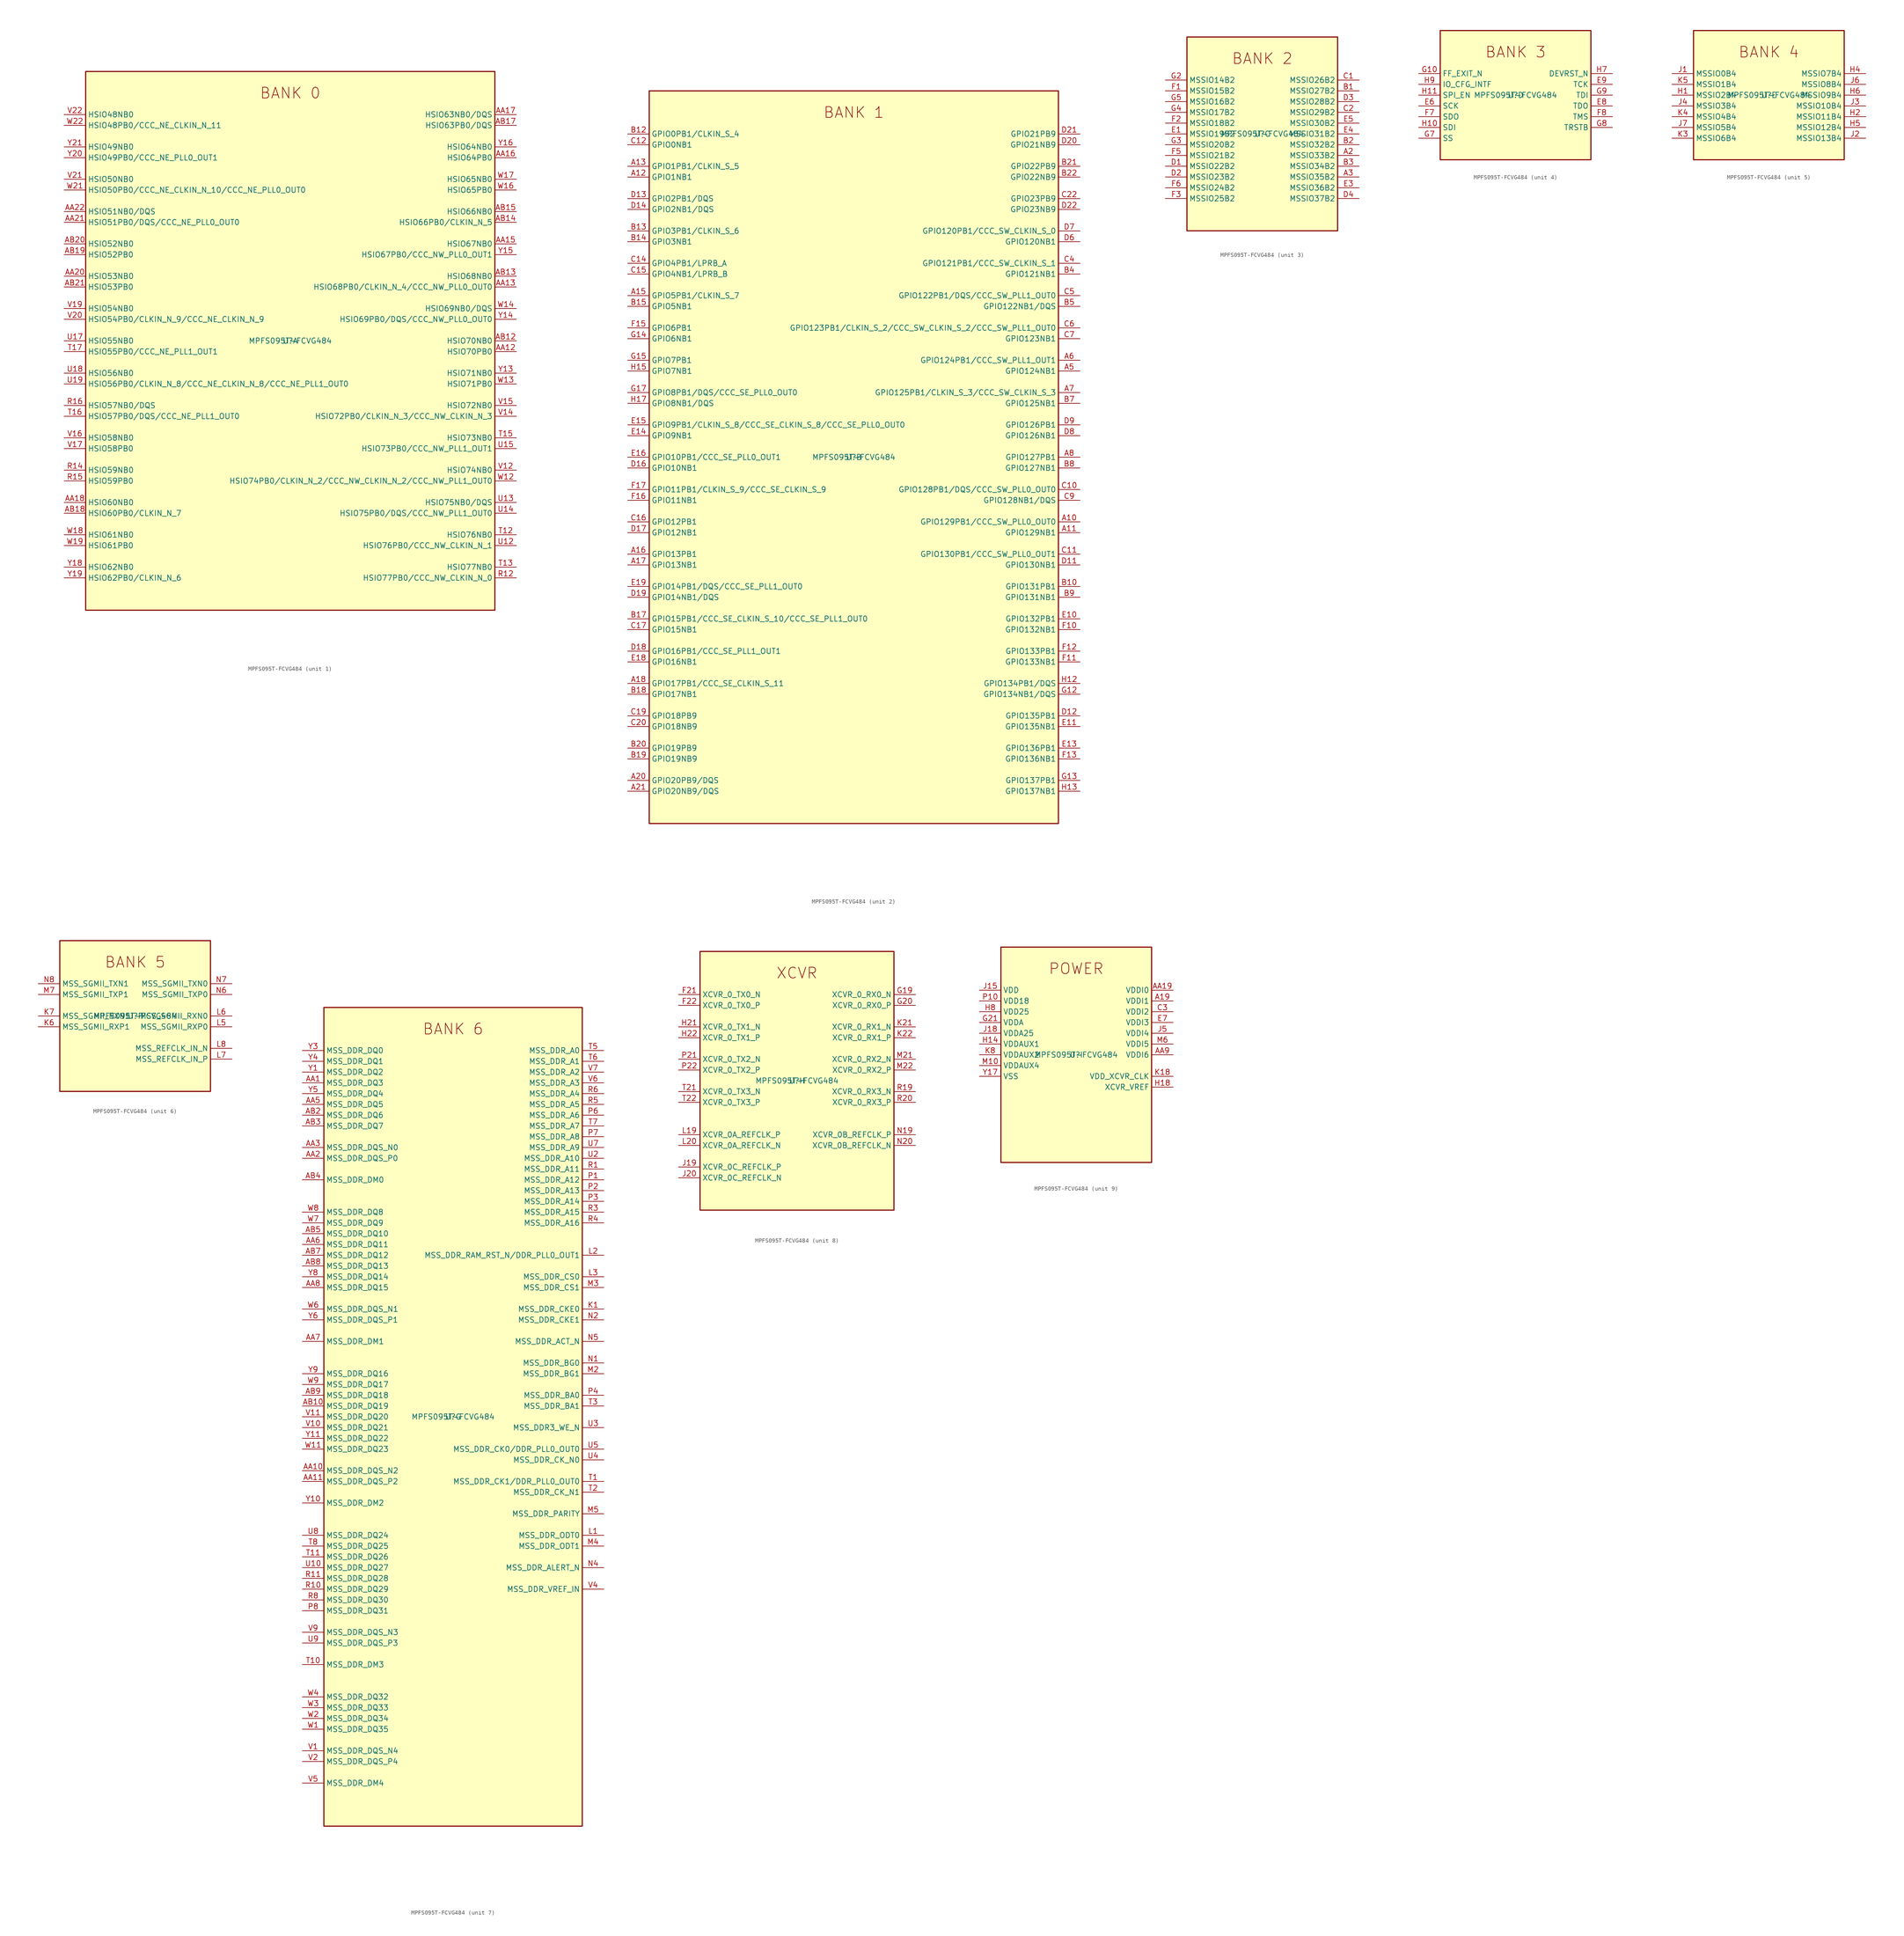
<source format=kicad_sym>
(kicad_symbol_lib
  (version 20211014)
  (generator kicad-library-utils)
  (symbol "MPFS095T-FCVG484"
    (property "Reference" "U"
      (at 0.0 0.0 0.0)
      (effects (font (size 1.27 1.27))))
    (property "Value" "MPFS095T-FCVG484"
      (at 0.0 0.0 0.0)
      (effects (font (size 1.27 1.27))))
    (property "ki_fp_filters" "Package?BGA:FCVG484?19x19mm?Layout22x22?P0.8mm*"
      (at 0.0 0.0 0.0)
      (effects (font (size 1.27 1.27))))
    (symbol "MPFS095T-FCVG484_1_1"
      (text "BANK 0" (at 0.0 58.42 0) (effects (font (size 2.54 2.54))))
      (rectangle (start -48.26 -63.5) (end 48.26 63.5) (stroke (width 0.254)) (fill (type background)))
      (pin bidirectional line (at -53.34 53.34 0) (length 5.08) (name "HSIO48NB0" (effects (font (size 1.27 1.27)))) (number "V22" (effects (font (size 1.27 1.27)))))
      (pin bidirectional line (at -53.34 50.8 0) (length 5.08) (name "HSIO48PB0/CCC_NE_CLKIN_N_11" (effects (font (size 1.27 1.27)))) (number "W22" (effects (font (size 1.27 1.27)))))
      (pin bidirectional line (at -53.34 45.72 0) (length 5.08) (name "HSIO49NB0" (effects (font (size 1.27 1.27)))) (number "Y21" (effects (font (size 1.27 1.27)))))
      (pin bidirectional line (at -53.34 43.18 0) (length 5.08) (name "HSIO49PB0/CCC_NE_PLL0_OUT1" (effects (font (size 1.27 1.27)))) (number "Y20" (effects (font (size 1.27 1.27)))))
      (pin bidirectional line (at -53.34 38.1 0) (length 5.08) (name "HSIO50NB0" (effects (font (size 1.27 1.27)))) (number "V21" (effects (font (size 1.27 1.27)))))
      (pin bidirectional line (at -53.34 35.56 0) (length 5.08) (name "HSIO50PB0/CCC_NE_CLKIN_N_10/CCC_NE_PLL0_OUT0" (effects (font (size 1.27 1.27)))) (number "W21" (effects (font (size 1.27 1.27)))))
      (pin bidirectional line (at -53.34 30.48 0) (length 5.08) (name "HSIO51NB0/DQS" (effects (font (size 1.27 1.27)))) (number "AA22" (effects (font (size 1.27 1.27)))))
      (pin bidirectional line (at -53.34 27.94 0) (length 5.08) (name "HSIO51PB0/DQS/CCC_NE_PLL0_OUT0" (effects (font (size 1.27 1.27)))) (number "AA21" (effects (font (size 1.27 1.27)))))
      (pin bidirectional line (at -53.34 22.86 0) (length 5.08) (name "HSIO52NB0" (effects (font (size 1.27 1.27)))) (number "AB20" (effects (font (size 1.27 1.27)))))
      (pin bidirectional line (at -53.34 20.32 0) (length 5.08) (name "HSIO52PB0" (effects (font (size 1.27 1.27)))) (number "AB19" (effects (font (size 1.27 1.27)))))
      (pin bidirectional line (at -53.34 15.24 0) (length 5.08) (name "HSIO53NB0" (effects (font (size 1.27 1.27)))) (number "AA20" (effects (font (size 1.27 1.27)))))
      (pin bidirectional line (at -53.34 12.7 0) (length 5.08) (name "HSIO53PB0" (effects (font (size 1.27 1.27)))) (number "AB21" (effects (font (size 1.27 1.27)))))
      (pin bidirectional line (at -53.34 7.62 0) (length 5.08) (name "HSIO54NB0" (effects (font (size 1.27 1.27)))) (number "V19" (effects (font (size 1.27 1.27)))))
      (pin bidirectional line (at -53.34 5.08 0) (length 5.08) (name "HSIO54PB0/CLKIN_N_9/CCC_NE_CLKIN_N_9" (effects (font (size 1.27 1.27)))) (number "V20" (effects (font (size 1.27 1.27)))))
      (pin bidirectional line (at -53.34 0.0 0) (length 5.08) (name "HSIO55NB0" (effects (font (size 1.27 1.27)))) (number "U17" (effects (font (size 1.27 1.27)))))
      (pin bidirectional line (at -53.34 -2.54 0) (length 5.08) (name "HSIO55PB0/CCC_NE_PLL1_OUT1" (effects (font (size 1.27 1.27)))) (number "T17" (effects (font (size 1.27 1.27)))))
      (pin bidirectional line (at -53.34 -7.62 0) (length 5.08) (name "HSIO56NB0" (effects (font (size 1.27 1.27)))) (number "U18" (effects (font (size 1.27 1.27)))))
      (pin bidirectional line (at -53.34 -10.16 0) (length 5.08) (name "HSIO56PB0/CLKIN_N_8/CCC_NE_CLKIN_N_8/CCC_NE_PLL1_OUT0" (effects (font (size 1.27 1.27)))) (number "U19" (effects (font (size 1.27 1.27)))))
      (pin bidirectional line (at -53.34 -15.24 0) (length 5.08) (name "HSIO57NB0/DQS" (effects (font (size 1.27 1.27)))) (number "R16" (effects (font (size 1.27 1.27)))))
      (pin bidirectional line (at -53.34 -17.78 0) (length 5.08) (name "HSIO57PB0/DQS/CCC_NE_PLL1_OUT0" (effects (font (size 1.27 1.27)))) (number "T16" (effects (font (size 1.27 1.27)))))
      (pin bidirectional line (at -53.34 -22.86 0) (length 5.08) (name "HSIO58NB0" (effects (font (size 1.27 1.27)))) (number "V16" (effects (font (size 1.27 1.27)))))
      (pin bidirectional line (at -53.34 -25.4 0) (length 5.08) (name "HSIO58PB0" (effects (font (size 1.27 1.27)))) (number "V17" (effects (font (size 1.27 1.27)))))
      (pin bidirectional line (at -53.34 -30.48 0) (length 5.08) (name "HSIO59NB0" (effects (font (size 1.27 1.27)))) (number "R14" (effects (font (size 1.27 1.27)))))
      (pin bidirectional line (at -53.34 -33.02 0) (length 5.08) (name "HSIO59PB0" (effects (font (size 1.27 1.27)))) (number "R15" (effects (font (size 1.27 1.27)))))
      (pin bidirectional line (at -53.34 -38.1 0) (length 5.08) (name "HSIO60NB0" (effects (font (size 1.27 1.27)))) (number "AA18" (effects (font (size 1.27 1.27)))))
      (pin bidirectional line (at -53.34 -40.64 0) (length 5.08) (name "HSIO60PB0/CLKIN_N_7" (effects (font (size 1.27 1.27)))) (number "AB18" (effects (font (size 1.27 1.27)))))
      (pin bidirectional line (at -53.34 -45.72 0) (length 5.08) (name "HSIO61NB0" (effects (font (size 1.27 1.27)))) (number "W18" (effects (font (size 1.27 1.27)))))
      (pin bidirectional line (at -53.34 -48.26 0) (length 5.08) (name "HSIO61PB0" (effects (font (size 1.27 1.27)))) (number "W19" (effects (font (size 1.27 1.27)))))
      (pin bidirectional line (at -53.34 -53.34 0) (length 5.08) (name "HSIO62NB0" (effects (font (size 1.27 1.27)))) (number "Y18" (effects (font (size 1.27 1.27)))))
      (pin bidirectional line (at -53.34 -55.88 0) (length 5.08) (name "HSIO62PB0/CLKIN_N_6" (effects (font (size 1.27 1.27)))) (number "Y19" (effects (font (size 1.27 1.27)))))
      (pin bidirectional line (at 53.34 53.34 180) (length 5.08) (name "HSIO63NB0/DQS" (effects (font (size 1.27 1.27)))) (number "AA17" (effects (font (size 1.27 1.27)))))
      (pin bidirectional line (at 53.34 50.8 180) (length 5.08) (name "HSIO63PB0/DQS" (effects (font (size 1.27 1.27)))) (number "AB17" (effects (font (size 1.27 1.27)))))
      (pin bidirectional line (at 53.34 45.72 180) (length 5.08) (name "HSIO64NB0" (effects (font (size 1.27 1.27)))) (number "Y16" (effects (font (size 1.27 1.27)))))
      (pin bidirectional line (at 53.34 43.18 180) (length 5.08) (name "HSIO64PB0" (effects (font (size 1.27 1.27)))) (number "AA16" (effects (font (size 1.27 1.27)))))
      (pin bidirectional line (at 53.34 38.1 180) (length 5.08) (name "HSIO65NB0" (effects (font (size 1.27 1.27)))) (number "W17" (effects (font (size 1.27 1.27)))))
      (pin bidirectional line (at 53.34 35.56 180) (length 5.08) (name "HSIO65PB0" (effects (font (size 1.27 1.27)))) (number "W16" (effects (font (size 1.27 1.27)))))
      (pin bidirectional line (at 53.34 30.48 180) (length 5.08) (name "HSIO66NB0" (effects (font (size 1.27 1.27)))) (number "AB15" (effects (font (size 1.27 1.27)))))
      (pin bidirectional line (at 53.34 27.94 180) (length 5.08) (name "HSIO66PB0/CLKIN_N_5" (effects (font (size 1.27 1.27)))) (number "AB14" (effects (font (size 1.27 1.27)))))
      (pin bidirectional line (at 53.34 22.86 180) (length 5.08) (name "HSIO67NB0" (effects (font (size 1.27 1.27)))) (number "AA15" (effects (font (size 1.27 1.27)))))
      (pin bidirectional line (at 53.34 20.32 180) (length 5.08) (name "HSIO67PB0/CCC_NW_PLL0_OUT1" (effects (font (size 1.27 1.27)))) (number "Y15" (effects (font (size 1.27 1.27)))))
      (pin bidirectional line (at 53.34 15.24 180) (length 5.08) (name "HSIO68NB0" (effects (font (size 1.27 1.27)))) (number "AB13" (effects (font (size 1.27 1.27)))))
      (pin bidirectional line (at 53.34 12.7 180) (length 5.08) (name "HSIO68PB0/CLKIN_N_4/CCC_NW_PLL0_OUT0" (effects (font (size 1.27 1.27)))) (number "AA13" (effects (font (size 1.27 1.27)))))
      (pin bidirectional line (at 53.34 7.62 180) (length 5.08) (name "HSIO69NB0/DQS" (effects (font (size 1.27 1.27)))) (number "W14" (effects (font (size 1.27 1.27)))))
      (pin bidirectional line (at 53.34 5.08 180) (length 5.08) (name "HSIO69PB0/DQS/CCC_NW_PLL0_OUT0" (effects (font (size 1.27 1.27)))) (number "Y14" (effects (font (size 1.27 1.27)))))
      (pin bidirectional line (at 53.34 0.0 180) (length 5.08) (name "HSIO70NB0" (effects (font (size 1.27 1.27)))) (number "AB12" (effects (font (size 1.27 1.27)))))
      (pin bidirectional line (at 53.34 -2.54 180) (length 5.08) (name "HSIO70PB0" (effects (font (size 1.27 1.27)))) (number "AA12" (effects (font (size 1.27 1.27)))))
      (pin bidirectional line (at 53.34 -7.62 180) (length 5.08) (name "HSIO71NB0" (effects (font (size 1.27 1.27)))) (number "Y13" (effects (font (size 1.27 1.27)))))
      (pin bidirectional line (at 53.34 -10.16 180) (length 5.08) (name "HSIO71PB0" (effects (font (size 1.27 1.27)))) (number "W13" (effects (font (size 1.27 1.27)))))
      (pin bidirectional line (at 53.34 -15.24 180) (length 5.08) (name "HSIO72NB0" (effects (font (size 1.27 1.27)))) (number "V15" (effects (font (size 1.27 1.27)))))
      (pin bidirectional line (at 53.34 -17.78 180) (length 5.08) (name "HSIO72PB0/CLKIN_N_3/CCC_NW_CLKIN_N_3" (effects (font (size 1.27 1.27)))) (number "V14" (effects (font (size 1.27 1.27)))))
      (pin bidirectional line (at 53.34 -22.86 180) (length 5.08) (name "HSIO73NB0" (effects (font (size 1.27 1.27)))) (number "T15" (effects (font (size 1.27 1.27)))))
      (pin bidirectional line (at 53.34 -25.4 180) (length 5.08) (name "HSIO73PB0/CCC_NW_PLL1_OUT1" (effects (font (size 1.27 1.27)))) (number "U15" (effects (font (size 1.27 1.27)))))
      (pin bidirectional line (at 53.34 -30.48 180) (length 5.08) (name "HSIO74NB0" (effects (font (size 1.27 1.27)))) (number "V12" (effects (font (size 1.27 1.27)))))
      (pin bidirectional line (at 53.34 -33.02 180) (length 5.08) (name "HSIO74PB0/CLKIN_N_2/CCC_NW_CLKIN_N_2/CCC_NW_PLL1_OUT0" (effects (font (size 1.27 1.27)))) (number "W12" (effects (font (size 1.27 1.27)))))
      (pin bidirectional line (at 53.34 -38.1 180) (length 5.08) (name "HSIO75NB0/DQS" (effects (font (size 1.27 1.27)))) (number "U13" (effects (font (size 1.27 1.27)))))
      (pin bidirectional line (at 53.34 -40.64 180) (length 5.08) (name "HSIO75PB0/DQS/CCC_NW_PLL1_OUT0" (effects (font (size 1.27 1.27)))) (number "U14" (effects (font (size 1.27 1.27)))))
      (pin bidirectional line (at 53.34 -45.72 180) (length 5.08) (name "HSIO76NB0" (effects (font (size 1.27 1.27)))) (number "T12" (effects (font (size 1.27 1.27)))))
      (pin bidirectional line (at 53.34 -48.26 180) (length 5.08) (name "HSIO76PB0/CCC_NW_CLKIN_N_1" (effects (font (size 1.27 1.27)))) (number "U12" (effects (font (size 1.27 1.27)))))
      (pin bidirectional line (at 53.34 -53.34 180) (length 5.08) (name "HSIO77NB0" (effects (font (size 1.27 1.27)))) (number "T13" (effects (font (size 1.27 1.27)))))
      (pin bidirectional line (at 53.34 -55.88 180) (length 5.08) (name "HSIO77PB0/CCC_NW_CLKIN_N_0" (effects (font (size 1.27 1.27)))) (number "R12" (effects (font (size 1.27 1.27))))))
    (symbol "MPFS095T-FCVG484_2_1"
      (text "BANK 1" (at 0.0 81.28 0) (effects (font (size 2.54 2.54))))
      (rectangle (start -48.26 -86.36) (end 48.26 86.36) (stroke (width 0.254)) (fill (type background)))
      (pin bidirectional line (at -53.34 76.2 0) (length 5.08) (name "GPIO0PB1/CLKIN_S_4" (effects (font (size 1.27 1.27)))) (number "B12" (effects (font (size 1.27 1.27)))))
      (pin bidirectional line (at -53.34 73.66 0) (length 5.08) (name "GPIO0NB1" (effects (font (size 1.27 1.27)))) (number "C12" (effects (font (size 1.27 1.27)))))
      (pin bidirectional line (at -53.34 68.58 0) (length 5.08) (name "GPIO1PB1/CLKIN_S_5" (effects (font (size 1.27 1.27)))) (number "A13" (effects (font (size 1.27 1.27)))))
      (pin bidirectional line (at -53.34 66.04 0) (length 5.08) (name "GPIO1NB1" (effects (font (size 1.27 1.27)))) (number "A12" (effects (font (size 1.27 1.27)))))
      (pin bidirectional line (at -53.34 60.96 0) (length 5.08) (name "GPIO2PB1/DQS" (effects (font (size 1.27 1.27)))) (number "D13" (effects (font (size 1.27 1.27)))))
      (pin bidirectional line (at -53.34 58.42 0) (length 5.08) (name "GPIO2NB1/DQS" (effects (font (size 1.27 1.27)))) (number "D14" (effects (font (size 1.27 1.27)))))
      (pin bidirectional line (at -53.34 53.34 0) (length 5.08) (name "GPIO3PB1/CLKIN_S_6" (effects (font (size 1.27 1.27)))) (number "B13" (effects (font (size 1.27 1.27)))))
      (pin bidirectional line (at -53.34 50.8 0) (length 5.08) (name "GPIO3NB1" (effects (font (size 1.27 1.27)))) (number "B14" (effects (font (size 1.27 1.27)))))
      (pin bidirectional line (at -53.34 45.72 0) (length 5.08) (name "GPIO4PB1/LPRB_A" (effects (font (size 1.27 1.27)))) (number "C14" (effects (font (size 1.27 1.27)))))
      (pin bidirectional line (at -53.34 43.18 0) (length 5.08) (name "GPIO4NB1/LPRB_B" (effects (font (size 1.27 1.27)))) (number "C15" (effects (font (size 1.27 1.27)))))
      (pin bidirectional line (at -53.34 38.1 0) (length 5.08) (name "GPIO5PB1/CLKIN_S_7" (effects (font (size 1.27 1.27)))) (number "A15" (effects (font (size 1.27 1.27)))))
      (pin bidirectional line (at -53.34 35.56 0) (length 5.08) (name "GPIO5NB1" (effects (font (size 1.27 1.27)))) (number "B15" (effects (font (size 1.27 1.27)))))
      (pin bidirectional line (at -53.34 30.48 0) (length 5.08) (name "GPIO6PB1" (effects (font (size 1.27 1.27)))) (number "F15" (effects (font (size 1.27 1.27)))))
      (pin bidirectional line (at -53.34 27.94 0) (length 5.08) (name "GPIO6NB1" (effects (font (size 1.27 1.27)))) (number "G14" (effects (font (size 1.27 1.27)))))
      (pin bidirectional line (at -53.34 22.86 0) (length 5.08) (name "GPIO7PB1" (effects (font (size 1.27 1.27)))) (number "G15" (effects (font (size 1.27 1.27)))))
      (pin bidirectional line (at -53.34 20.32 0) (length 5.08) (name "GPIO7NB1" (effects (font (size 1.27 1.27)))) (number "H15" (effects (font (size 1.27 1.27)))))
      (pin bidirectional line (at -53.34 15.24 0) (length 5.08) (name "GPIO8PB1/DQS/CCC_SE_PLL0_OUT0" (effects (font (size 1.27 1.27)))) (number "G17" (effects (font (size 1.27 1.27)))))
      (pin bidirectional line (at -53.34 12.7 0) (length 5.08) (name "GPIO8NB1/DQS" (effects (font (size 1.27 1.27)))) (number "H17" (effects (font (size 1.27 1.27)))))
      (pin bidirectional line (at -53.34 7.62 0) (length 5.08) (name "GPIO9PB1/CLKIN_S_8/CCC_SE_CLKIN_S_8/CCC_SE_PLL0_OUT0" (effects (font (size 1.27 1.27)))) (number "E15" (effects (font (size 1.27 1.27)))))
      (pin bidirectional line (at -53.34 5.08 0) (length 5.08) (name "GPIO9NB1" (effects (font (size 1.27 1.27)))) (number "E14" (effects (font (size 1.27 1.27)))))
      (pin bidirectional line (at -53.34 0.0 0) (length 5.08) (name "GPIO10PB1/CCC_SE_PLL0_OUT1" (effects (font (size 1.27 1.27)))) (number "E16" (effects (font (size 1.27 1.27)))))
      (pin bidirectional line (at -53.34 -2.54 0) (length 5.08) (name "GPIO10NB1" (effects (font (size 1.27 1.27)))) (number "D16" (effects (font (size 1.27 1.27)))))
      (pin bidirectional line (at -53.34 -7.62 0) (length 5.08) (name "GPIO11PB1/CLKIN_S_9/CCC_SE_CLKIN_S_9" (effects (font (size 1.27 1.27)))) (number "F17" (effects (font (size 1.27 1.27)))))
      (pin bidirectional line (at -53.34 -10.16 0) (length 5.08) (name "GPIO11NB1" (effects (font (size 1.27 1.27)))) (number "F16" (effects (font (size 1.27 1.27)))))
      (pin bidirectional line (at -53.34 -15.24 0) (length 5.08) (name "GPIO12PB1" (effects (font (size 1.27 1.27)))) (number "C16" (effects (font (size 1.27 1.27)))))
      (pin bidirectional line (at -53.34 -17.78 0) (length 5.08) (name "GPIO12NB1" (effects (font (size 1.27 1.27)))) (number "D17" (effects (font (size 1.27 1.27)))))
      (pin bidirectional line (at -53.34 -22.86 0) (length 5.08) (name "GPIO13PB1" (effects (font (size 1.27 1.27)))) (number "A16" (effects (font (size 1.27 1.27)))))
      (pin bidirectional line (at -53.34 -25.4 0) (length 5.08) (name "GPIO13NB1" (effects (font (size 1.27 1.27)))) (number "A17" (effects (font (size 1.27 1.27)))))
      (pin bidirectional line (at -53.34 -30.48 0) (length 5.08) (name "GPIO14PB1/DQS/CCC_SE_PLL1_OUT0" (effects (font (size 1.27 1.27)))) (number "E19" (effects (font (size 1.27 1.27)))))
      (pin bidirectional line (at -53.34 -33.02 0) (length 5.08) (name "GPIO14NB1/DQS" (effects (font (size 1.27 1.27)))) (number "D19" (effects (font (size 1.27 1.27)))))
      (pin bidirectional line (at -53.34 -38.1 0) (length 5.08) (name "GPIO15PB1/CCC_SE_CLKIN_S_10/CCC_SE_PLL1_OUT0" (effects (font (size 1.27 1.27)))) (number "B17" (effects (font (size 1.27 1.27)))))
      (pin bidirectional line (at -53.34 -40.64 0) (length 5.08) (name "GPIO15NB1" (effects (font (size 1.27 1.27)))) (number "C17" (effects (font (size 1.27 1.27)))))
      (pin bidirectional line (at -53.34 -45.72 0) (length 5.08) (name "GPIO16PB1/CCC_SE_PLL1_OUT1" (effects (font (size 1.27 1.27)))) (number "D18" (effects (font (size 1.27 1.27)))))
      (pin bidirectional line (at -53.34 -48.26 0) (length 5.08) (name "GPIO16NB1" (effects (font (size 1.27 1.27)))) (number "E18" (effects (font (size 1.27 1.27)))))
      (pin bidirectional line (at -53.34 -53.34 0) (length 5.08) (name "GPIO17PB1/CCC_SE_CLKIN_S_11" (effects (font (size 1.27 1.27)))) (number "A18" (effects (font (size 1.27 1.27)))))
      (pin bidirectional line (at -53.34 -55.88 0) (length 5.08) (name "GPIO17NB1" (effects (font (size 1.27 1.27)))) (number "B18" (effects (font (size 1.27 1.27)))))
      (pin bidirectional line (at -53.34 -60.96 0) (length 5.08) (name "GPIO18PB9" (effects (font (size 1.27 1.27)))) (number "C19" (effects (font (size 1.27 1.27)))))
      (pin bidirectional line (at -53.34 -63.5 0) (length 5.08) (name "GPIO18NB9" (effects (font (size 1.27 1.27)))) (number "C20" (effects (font (size 1.27 1.27)))))
      (pin bidirectional line (at -53.34 -68.58 0) (length 5.08) (name "GPIO19PB9" (effects (font (size 1.27 1.27)))) (number "B20" (effects (font (size 1.27 1.27)))))
      (pin bidirectional line (at -53.34 -71.12 0) (length 5.08) (name "GPIO19NB9" (effects (font (size 1.27 1.27)))) (number "B19" (effects (font (size 1.27 1.27)))))
      (pin bidirectional line (at -53.34 -76.2 0) (length 5.08) (name "GPIO20PB9/DQS" (effects (font (size 1.27 1.27)))) (number "A20" (effects (font (size 1.27 1.27)))))
      (pin bidirectional line (at -53.34 -78.74 0) (length 5.08) (name "GPIO20NB9/DQS" (effects (font (size 1.27 1.27)))) (number "A21" (effects (font (size 1.27 1.27)))))
      (pin bidirectional line (at 53.34 76.2 180) (length 5.08) (name "GPIO21PB9" (effects (font (size 1.27 1.27)))) (number "D21" (effects (font (size 1.27 1.27)))))
      (pin bidirectional line (at 53.34 73.66 180) (length 5.08) (name "GPIO21NB9" (effects (font (size 1.27 1.27)))) (number "D20" (effects (font (size 1.27 1.27)))))
      (pin bidirectional line (at 53.34 68.58 180) (length 5.08) (name "GPIO22PB9" (effects (font (size 1.27 1.27)))) (number "B21" (effects (font (size 1.27 1.27)))))
      (pin bidirectional line (at 53.34 66.04 180) (length 5.08) (name "GPIO22NB9" (effects (font (size 1.27 1.27)))) (number "B22" (effects (font (size 1.27 1.27)))))
      (pin bidirectional line (at 53.34 60.96 180) (length 5.08) (name "GPIO23PB9" (effects (font (size 1.27 1.27)))) (number "C22" (effects (font (size 1.27 1.27)))))
      (pin bidirectional line (at 53.34 58.42 180) (length 5.08) (name "GPIO23NB9" (effects (font (size 1.27 1.27)))) (number "D22" (effects (font (size 1.27 1.27)))))
      (pin bidirectional line (at 53.34 53.34 180) (length 5.08) (name "GPIO120PB1/CCC_SW_CLKIN_S_0" (effects (font (size 1.27 1.27)))) (number "D7" (effects (font (size 1.27 1.27)))))
      (pin bidirectional line (at 53.34 50.8 180) (length 5.08) (name "GPIO120NB1" (effects (font (size 1.27 1.27)))) (number "D6" (effects (font (size 1.27 1.27)))))
      (pin bidirectional line (at 53.34 45.72 180) (length 5.08) (name "GPIO121PB1/CCC_SW_CLKIN_S_1" (effects (font (size 1.27 1.27)))) (number "C4" (effects (font (size 1.27 1.27)))))
      (pin bidirectional line (at 53.34 43.18 180) (length 5.08) (name "GPIO121NB1" (effects (font (size 1.27 1.27)))) (number "B4" (effects (font (size 1.27 1.27)))))
      (pin bidirectional line (at 53.34 38.1 180) (length 5.08) (name "GPIO122PB1/DQS/CCC_SW_PLL1_OUT0" (effects (font (size 1.27 1.27)))) (number "C5" (effects (font (size 1.27 1.27)))))
      (pin bidirectional line (at 53.34 35.56 180) (length 5.08) (name "GPIO122NB1/DQS" (effects (font (size 1.27 1.27)))) (number "B5" (effects (font (size 1.27 1.27)))))
      (pin bidirectional line (at 53.34 30.48 180) (length 5.08) (name "GPIO123PB1/CLKIN_S_2/CCC_SW_CLKIN_S_2/CCC_SW_PLL1_OUT0" (effects (font (size 1.27 1.27)))) (number "C6" (effects (font (size 1.27 1.27)))))
      (pin bidirectional line (at 53.34 27.94 180) (length 5.08) (name "GPIO123NB1" (effects (font (size 1.27 1.27)))) (number "C7" (effects (font (size 1.27 1.27)))))
      (pin bidirectional line (at 53.34 22.86 180) (length 5.08) (name "GPIO124PB1/CCC_SW_PLL1_OUT1" (effects (font (size 1.27 1.27)))) (number "A6" (effects (font (size 1.27 1.27)))))
      (pin bidirectional line (at 53.34 20.32 180) (length 5.08) (name "GPIO124NB1" (effects (font (size 1.27 1.27)))) (number "A5" (effects (font (size 1.27 1.27)))))
      (pin bidirectional line (at 53.34 15.24 180) (length 5.08) (name "GPIO125PB1/CLKIN_S_3/CCC_SW_CLKIN_S_3" (effects (font (size 1.27 1.27)))) (number "A7" (effects (font (size 1.27 1.27)))))
      (pin bidirectional line (at 53.34 12.7 180) (length 5.08) (name "GPIO125NB1" (effects (font (size 1.27 1.27)))) (number "B7" (effects (font (size 1.27 1.27)))))
      (pin bidirectional line (at 53.34 7.62 180) (length 5.08) (name "GPIO126PB1" (effects (font (size 1.27 1.27)))) (number "D9" (effects (font (size 1.27 1.27)))))
      (pin bidirectional line (at 53.34 5.08 180) (length 5.08) (name "GPIO126NB1" (effects (font (size 1.27 1.27)))) (number "D8" (effects (font (size 1.27 1.27)))))
      (pin bidirectional line (at 53.34 0.0 180) (length 5.08) (name "GPIO127PB1" (effects (font (size 1.27 1.27)))) (number "A8" (effects (font (size 1.27 1.27)))))
      (pin bidirectional line (at 53.34 -2.54 180) (length 5.08) (name "GPIO127NB1" (effects (font (size 1.27 1.27)))) (number "B8" (effects (font (size 1.27 1.27)))))
      (pin bidirectional line (at 53.34 -7.62 180) (length 5.08) (name "GPIO128PB1/DQS/CCC_SW_PLL0_OUT0" (effects (font (size 1.27 1.27)))) (number "C10" (effects (font (size 1.27 1.27)))))
      (pin bidirectional line (at 53.34 -10.16 180) (length 5.08) (name "GPIO128NB1/DQS" (effects (font (size 1.27 1.27)))) (number "C9" (effects (font (size 1.27 1.27)))))
      (pin bidirectional line (at 53.34 -15.24 180) (length 5.08) (name "GPIO129PB1/CCC_SW_PLL0_OUT0" (effects (font (size 1.27 1.27)))) (number "A10" (effects (font (size 1.27 1.27)))))
      (pin bidirectional line (at 53.34 -17.78 180) (length 5.08) (name "GPIO129NB1" (effects (font (size 1.27 1.27)))) (number "A11" (effects (font (size 1.27 1.27)))))
      (pin bidirectional line (at 53.34 -22.86 180) (length 5.08) (name "GPIO130PB1/CCC_SW_PLL0_OUT1" (effects (font (size 1.27 1.27)))) (number "C11" (effects (font (size 1.27 1.27)))))
      (pin bidirectional line (at 53.34 -25.4 180) (length 5.08) (name "GPIO130NB1" (effects (font (size 1.27 1.27)))) (number "D11" (effects (font (size 1.27 1.27)))))
      (pin bidirectional line (at 53.34 -30.48 180) (length 5.08) (name "GPIO131PB1" (effects (font (size 1.27 1.27)))) (number "B10" (effects (font (size 1.27 1.27)))))
      (pin bidirectional line (at 53.34 -33.02 180) (length 5.08) (name "GPIO131NB1" (effects (font (size 1.27 1.27)))) (number "B9" (effects (font (size 1.27 1.27)))))
      (pin bidirectional line (at 53.34 -38.1 180) (length 5.08) (name "GPIO132PB1" (effects (font (size 1.27 1.27)))) (number "E10" (effects (font (size 1.27 1.27)))))
      (pin bidirectional line (at 53.34 -40.64 180) (length 5.08) (name "GPIO132NB1" (effects (font (size 1.27 1.27)))) (number "F10" (effects (font (size 1.27 1.27)))))
      (pin bidirectional line (at 53.34 -45.72 180) (length 5.08) (name "GPIO133PB1" (effects (font (size 1.27 1.27)))) (number "F12" (effects (font (size 1.27 1.27)))))
      (pin bidirectional line (at 53.34 -48.26 180) (length 5.08) (name "GPIO133NB1" (effects (font (size 1.27 1.27)))) (number "F11" (effects (font (size 1.27 1.27)))))
      (pin bidirectional line (at 53.34 -53.34 180) (length 5.08) (name "GPIO134PB1/DQS" (effects (font (size 1.27 1.27)))) (number "H12" (effects (font (size 1.27 1.27)))))
      (pin bidirectional line (at 53.34 -55.88 180) (length 5.08) (name "GPIO134NB1/DQS" (effects (font (size 1.27 1.27)))) (number "G12" (effects (font (size 1.27 1.27)))))
      (pin bidirectional line (at 53.34 -60.96 180) (length 5.08) (name "GPIO135PB1" (effects (font (size 1.27 1.27)))) (number "D12" (effects (font (size 1.27 1.27)))))
      (pin bidirectional line (at 53.34 -63.5 180) (length 5.08) (name "GPIO135NB1" (effects (font (size 1.27 1.27)))) (number "E11" (effects (font (size 1.27 1.27)))))
      (pin bidirectional line (at 53.34 -68.58 180) (length 5.08) (name "GPIO136PB1" (effects (font (size 1.27 1.27)))) (number "E13" (effects (font (size 1.27 1.27)))))
      (pin bidirectional line (at 53.34 -71.12 180) (length 5.08) (name "GPIO136NB1" (effects (font (size 1.27 1.27)))) (number "F13" (effects (font (size 1.27 1.27)))))
      (pin bidirectional line (at 53.34 -76.2 180) (length 5.08) (name "GPIO137PB1" (effects (font (size 1.27 1.27)))) (number "G13" (effects (font (size 1.27 1.27)))))
      (pin bidirectional line (at 53.34 -78.74 180) (length 5.08) (name "GPIO137NB1" (effects (font (size 1.27 1.27)))) (number "H13" (effects (font (size 1.27 1.27))))))
    (symbol "MPFS095T-FCVG484_3_1"
      (text "BANK 2" (at 0.0 17.78 0) (effects (font (size 2.54 2.54))))
      (rectangle (start -17.78 -22.86) (end 17.78 22.86) (stroke (width 0.254)) (fill (type background)))
      (pin bidirectional line (at -22.86 12.7 0) (length 5.08) (name "MSSIO14B2" (effects (font (size 1.27 1.27)))) (number "G2" (effects (font (size 1.27 1.27)))))
      (pin bidirectional line (at -22.86 10.16 0) (length 5.08) (name "MSSIO15B2" (effects (font (size 1.27 1.27)))) (number "F1" (effects (font (size 1.27 1.27)))))
      (pin bidirectional line (at -22.86 7.62 0) (length 5.08) (name "MSSIO16B2" (effects (font (size 1.27 1.27)))) (number "G5" (effects (font (size 1.27 1.27)))))
      (pin bidirectional line (at -22.86 5.08 0) (length 5.08) (name "MSSIO17B2" (effects (font (size 1.27 1.27)))) (number "G4" (effects (font (size 1.27 1.27)))))
      (pin bidirectional line (at -22.86 2.54 0) (length 5.08) (name "MSSIO18B2" (effects (font (size 1.27 1.27)))) (number "F2" (effects (font (size 1.27 1.27)))))
      (pin bidirectional line (at -22.86 0.0 0) (length 5.08) (name "MSSIO19B2" (effects (font (size 1.27 1.27)))) (number "E1" (effects (font (size 1.27 1.27)))))
      (pin bidirectional line (at -22.86 -2.54 0) (length 5.08) (name "MSSIO20B2" (effects (font (size 1.27 1.27)))) (number "G3" (effects (font (size 1.27 1.27)))))
      (pin bidirectional line (at -22.86 -5.08 0) (length 5.08) (name "MSSIO21B2" (effects (font (size 1.27 1.27)))) (number "F5" (effects (font (size 1.27 1.27)))))
      (pin bidirectional line (at -22.86 -7.62 0) (length 5.08) (name "MSSIO22B2" (effects (font (size 1.27 1.27)))) (number "D1" (effects (font (size 1.27 1.27)))))
      (pin bidirectional line (at -22.86 -10.16 0) (length 5.08) (name "MSSIO23B2" (effects (font (size 1.27 1.27)))) (number "D2" (effects (font (size 1.27 1.27)))))
      (pin bidirectional line (at -22.86 -12.7 0) (length 5.08) (name "MSSIO24B2" (effects (font (size 1.27 1.27)))) (number "F6" (effects (font (size 1.27 1.27)))))
      (pin bidirectional line (at -22.86 -15.24 0) (length 5.08) (name "MSSIO25B2" (effects (font (size 1.27 1.27)))) (number "F3" (effects (font (size 1.27 1.27)))))
      (pin bidirectional line (at 22.86 12.7 180) (length 5.08) (name "MSSIO26B2" (effects (font (size 1.27 1.27)))) (number "C1" (effects (font (size 1.27 1.27)))))
      (pin bidirectional line (at 22.86 10.16 180) (length 5.08) (name "MSSIO27B2" (effects (font (size 1.27 1.27)))) (number "B1" (effects (font (size 1.27 1.27)))))
      (pin bidirectional line (at 22.86 7.62 180) (length 5.08) (name "MSSIO28B2" (effects (font (size 1.27 1.27)))) (number "D3" (effects (font (size 1.27 1.27)))))
      (pin bidirectional line (at 22.86 5.08 180) (length 5.08) (name "MSSIO29B2" (effects (font (size 1.27 1.27)))) (number "C2" (effects (font (size 1.27 1.27)))))
      (pin bidirectional line (at 22.86 2.54 180) (length 5.08) (name "MSSIO30B2" (effects (font (size 1.27 1.27)))) (number "E5" (effects (font (size 1.27 1.27)))))
      (pin bidirectional line (at 22.86 0.0 180) (length 5.08) (name "MSSIO31B2" (effects (font (size 1.27 1.27)))) (number "E4" (effects (font (size 1.27 1.27)))))
      (pin bidirectional line (at 22.86 -2.54 180) (length 5.08) (name "MSSIO32B2" (effects (font (size 1.27 1.27)))) (number "B2" (effects (font (size 1.27 1.27)))))
      (pin bidirectional line (at 22.86 -5.08 180) (length 5.08) (name "MSSIO33B2" (effects (font (size 1.27 1.27)))) (number "A2" (effects (font (size 1.27 1.27)))))
      (pin bidirectional line (at 22.86 -7.62 180) (length 5.08) (name "MSSIO34B2" (effects (font (size 1.27 1.27)))) (number "B3" (effects (font (size 1.27 1.27)))))
      (pin bidirectional line (at 22.86 -10.16 180) (length 5.08) (name "MSSIO35B2" (effects (font (size 1.27 1.27)))) (number "A3" (effects (font (size 1.27 1.27)))))
      (pin bidirectional line (at 22.86 -12.7 180) (length 5.08) (name "MSSIO36B2" (effects (font (size 1.27 1.27)))) (number "E3" (effects (font (size 1.27 1.27)))))
      (pin bidirectional line (at 22.86 -15.24 180) (length 5.08) (name "MSSIO37B2" (effects (font (size 1.27 1.27)))) (number "D4" (effects (font (size 1.27 1.27))))))
    (symbol "MPFS095T-FCVG484_4_1"
      (text "BANK 3" (at 0.0 10.16 0) (effects (font (size 2.54 2.54))))
      (rectangle (start -17.78 -15.24) (end 17.78 15.24) (stroke (width 0.254)) (fill (type background)))
      (pin input line (at -22.86 5.08 0) (length 5.08) (name "FF_EXIT_N" (effects (font (size 1.27 1.27)))) (number "G10" (effects (font (size 1.27 1.27)))))
      (pin input line (at -22.86 2.54 0) (length 5.08) (name "IO_CFG_INTF" (effects (font (size 1.27 1.27)))) (number "H9" (effects (font (size 1.27 1.27)))))
      (pin input line (at -22.86 0.0 0) (length 5.08) (name "SPI_EN" (effects (font (size 1.27 1.27)))) (number "H11" (effects (font (size 1.27 1.27)))))
      (pin bidirectional line (at -22.86 -2.54 0) (length 5.08) (name "SCK" (effects (font (size 1.27 1.27)))) (number "E6" (effects (font (size 1.27 1.27)))))
      (pin output line (at -22.86 -5.08 0) (length 5.08) (name "SDO" (effects (font (size 1.27 1.27)))) (number "F7" (effects (font (size 1.27 1.27)))))
      (pin input line (at -22.86 -7.62 0) (length 5.08) (name "SDI" (effects (font (size 1.27 1.27)))) (number "H10" (effects (font (size 1.27 1.27)))))
      (pin bidirectional line (at -22.86 -10.16 0) (length 5.08) (name "SS" (effects (font (size 1.27 1.27)))) (number "G7" (effects (font (size 1.27 1.27)))))
      (pin input line (at 22.86 5.08 180) (length 5.08) (name "DEVRST_N" (effects (font (size 1.27 1.27)))) (number "H7" (effects (font (size 1.27 1.27)))))
      (pin input line (at 22.86 2.54 180) (length 5.08) (name "TCK" (effects (font (size 1.27 1.27)))) (number "E9" (effects (font (size 1.27 1.27)))))
      (pin input line (at 22.86 0.0 180) (length 5.08) (name "TDI" (effects (font (size 1.27 1.27)))) (number "G9" (effects (font (size 1.27 1.27)))))
      (pin output line (at 22.86 -2.54 180) (length 5.08) (name "TDO" (effects (font (size 1.27 1.27)))) (number "E8" (effects (font (size 1.27 1.27)))))
      (pin input line (at 22.86 -5.08 180) (length 5.08) (name "TMS" (effects (font (size 1.27 1.27)))) (number "F8" (effects (font (size 1.27 1.27)))))
      (pin input line (at 22.86 -7.62 180) (length 5.08) (name "TRSTB" (effects (font (size 1.27 1.27)))) (number "G8" (effects (font (size 1.27 1.27))))))
    (symbol "MPFS095T-FCVG484_5_1"
      (text "BANK 4" (at 0.0 10.16 0) (effects (font (size 2.54 2.54))))
      (rectangle (start -17.78 -15.24) (end 17.78 15.24) (stroke (width 0.254)) (fill (type background)))
      (pin bidirectional line (at -22.86 5.08 0) (length 5.08) (name "MSSIO0B4" (effects (font (size 1.27 1.27)))) (number "J1" (effects (font (size 1.27 1.27)))))
      (pin bidirectional line (at -22.86 2.54 0) (length 5.08) (name "MSSIO1B4" (effects (font (size 1.27 1.27)))) (number "K5" (effects (font (size 1.27 1.27)))))
      (pin bidirectional line (at -22.86 0.0 0) (length 5.08) (name "MSSIO2B4" (effects (font (size 1.27 1.27)))) (number "H1" (effects (font (size 1.27 1.27)))))
      (pin bidirectional line (at -22.86 -2.54 0) (length 5.08) (name "MSSIO3B4" (effects (font (size 1.27 1.27)))) (number "J4" (effects (font (size 1.27 1.27)))))
      (pin bidirectional line (at -22.86 -5.08 0) (length 5.08) (name "MSSIO4B4" (effects (font (size 1.27 1.27)))) (number "K4" (effects (font (size 1.27 1.27)))))
      (pin bidirectional line (at -22.86 -7.62 0) (length 5.08) (name "MSSIO5B4" (effects (font (size 1.27 1.27)))) (number "J7" (effects (font (size 1.27 1.27)))))
      (pin bidirectional line (at -22.86 -10.16 0) (length 5.08) (name "MSSIO6B4" (effects (font (size 1.27 1.27)))) (number "K3" (effects (font (size 1.27 1.27)))))
      (pin bidirectional line (at 22.86 5.08 180) (length 5.08) (name "MSSIO7B4" (effects (font (size 1.27 1.27)))) (number "H4" (effects (font (size 1.27 1.27)))))
      (pin bidirectional line (at 22.86 2.54 180) (length 5.08) (name "MSSIO8B4" (effects (font (size 1.27 1.27)))) (number "J6" (effects (font (size 1.27 1.27)))))
      (pin bidirectional line (at 22.86 0.0 180) (length 5.08) (name "MSSIO9B4" (effects (font (size 1.27 1.27)))) (number "H6" (effects (font (size 1.27 1.27)))))
      (pin bidirectional line (at 22.86 -2.54 180) (length 5.08) (name "MSSIO10B4" (effects (font (size 1.27 1.27)))) (number "J3" (effects (font (size 1.27 1.27)))))
      (pin bidirectional line (at 22.86 -5.08 180) (length 5.08) (name "MSSIO11B4" (effects (font (size 1.27 1.27)))) (number "H2" (effects (font (size 1.27 1.27)))))
      (pin bidirectional line (at 22.86 -7.62 180) (length 5.08) (name "MSSIO12B4" (effects (font (size 1.27 1.27)))) (number "H5" (effects (font (size 1.27 1.27)))))
      (pin bidirectional line (at 22.86 -10.16 180) (length 5.08) (name "MSSIO13B4" (effects (font (size 1.27 1.27)))) (number "J2" (effects (font (size 1.27 1.27))))))
    (symbol "MPFS095T-FCVG484_6_1"
      (text "BANK 5" (at 0.0 12.7 0) (effects (font (size 2.54 2.54))))
      (rectangle (start -17.78 -17.78) (end 17.78 17.78) (stroke (width 0.254)) (fill (type background)))
      (pin bidirectional line (at -22.86 7.62 0) (length 5.08) (name "MSS_SGMII_TXN1" (effects (font (size 1.27 1.27)))) (number "N8" (effects (font (size 1.27 1.27)))))
      (pin bidirectional line (at -22.86 5.08 0) (length 5.08) (name "MSS_SGMII_TXP1" (effects (font (size 1.27 1.27)))) (number "M7" (effects (font (size 1.27 1.27)))))
      (pin bidirectional line (at -22.86 0.0 0) (length 5.08) (name "MSS_SGMII_RXN1" (effects (font (size 1.27 1.27)))) (number "K7" (effects (font (size 1.27 1.27)))))
      (pin bidirectional line (at -22.86 -2.54 0) (length 5.08) (name "MSS_SGMII_RXP1" (effects (font (size 1.27 1.27)))) (number "K6" (effects (font (size 1.27 1.27)))))
      (pin bidirectional line (at 22.86 7.62 180) (length 5.08) (name "MSS_SGMII_TXN0" (effects (font (size 1.27 1.27)))) (number "N7" (effects (font (size 1.27 1.27)))))
      (pin bidirectional line (at 22.86 5.08 180) (length 5.08) (name "MSS_SGMII_TXP0" (effects (font (size 1.27 1.27)))) (number "N6" (effects (font (size 1.27 1.27)))))
      (pin bidirectional line (at 22.86 0.0 180) (length 5.08) (name "MSS_SGMII_RXN0" (effects (font (size 1.27 1.27)))) (number "L6" (effects (font (size 1.27 1.27)))))
      (pin bidirectional line (at 22.86 -2.54 180) (length 5.08) (name "MSS_SGMII_RXP0" (effects (font (size 1.27 1.27)))) (number "L5" (effects (font (size 1.27 1.27)))))
      (pin bidirectional line (at 22.86 -7.62 180) (length 5.08) (name "MSS_REFCLK_IN_N" (effects (font (size 1.27 1.27)))) (number "L8" (effects (font (size 1.27 1.27)))))
      (pin bidirectional line (at 22.86 -10.16 180) (length 5.08) (name "MSS_REFCLK_IN_P" (effects (font (size 1.27 1.27)))) (number "L7" (effects (font (size 1.27 1.27))))))
    (symbol "MPFS095T-FCVG484_7_1"
      (text "BANK 6" (at 0.0 91.44 0) (effects (font (size 2.54 2.54))))
      (rectangle (start -30.48 -96.52) (end 30.48 96.52) (stroke (width 0.254)) (fill (type background)))
      (pin bidirectional line (at -35.56 86.36 0) (length 5.08) (name "MSS_DDR_DQ0" (effects (font (size 1.27 1.27)))) (number "Y3" (effects (font (size 1.27 1.27)))))
      (pin bidirectional line (at -35.56 83.82 0) (length 5.08) (name "MSS_DDR_DQ1" (effects (font (size 1.27 1.27)))) (number "Y4" (effects (font (size 1.27 1.27)))))
      (pin bidirectional line (at -35.56 81.28 0) (length 5.08) (name "MSS_DDR_DQ2" (effects (font (size 1.27 1.27)))) (number "Y1" (effects (font (size 1.27 1.27)))))
      (pin bidirectional line (at -35.56 78.74 0) (length 5.08) (name "MSS_DDR_DQ3" (effects (font (size 1.27 1.27)))) (number "AA1" (effects (font (size 1.27 1.27)))))
      (pin bidirectional line (at -35.56 76.2 0) (length 5.08) (name "MSS_DDR_DQ4" (effects (font (size 1.27 1.27)))) (number "Y5" (effects (font (size 1.27 1.27)))))
      (pin bidirectional line (at -35.56 73.66 0) (length 5.08) (name "MSS_DDR_DQ5" (effects (font (size 1.27 1.27)))) (number "AA5" (effects (font (size 1.27 1.27)))))
      (pin bidirectional line (at -35.56 71.12 0) (length 5.08) (name "MSS_DDR_DQ6" (effects (font (size 1.27 1.27)))) (number "AB2" (effects (font (size 1.27 1.27)))))
      (pin bidirectional line (at -35.56 68.58 0) (length 5.08) (name "MSS_DDR_DQ7" (effects (font (size 1.27 1.27)))) (number "AB3" (effects (font (size 1.27 1.27)))))
      (pin bidirectional line (at -35.56 63.5 0) (length 5.08) (name "MSS_DDR_DQS_N0" (effects (font (size 1.27 1.27)))) (number "AA3" (effects (font (size 1.27 1.27)))))
      (pin bidirectional line (at -35.56 60.96 0) (length 5.08) (name "MSS_DDR_DQS_P0" (effects (font (size 1.27 1.27)))) (number "AA2" (effects (font (size 1.27 1.27)))))
      (pin bidirectional line (at -35.56 55.88 0) (length 5.08) (name "MSS_DDR_DM0" (effects (font (size 1.27 1.27)))) (number "AB4" (effects (font (size 1.27 1.27)))))
      (pin bidirectional line (at -35.56 48.26 0) (length 5.08) (name "MSS_DDR_DQ8" (effects (font (size 1.27 1.27)))) (number "W8" (effects (font (size 1.27 1.27)))))
      (pin bidirectional line (at -35.56 45.72 0) (length 5.08) (name "MSS_DDR_DQ9" (effects (font (size 1.27 1.27)))) (number "W7" (effects (font (size 1.27 1.27)))))
      (pin bidirectional line (at -35.56 43.18 0) (length 5.08) (name "MSS_DDR_DQ10" (effects (font (size 1.27 1.27)))) (number "AB5" (effects (font (size 1.27 1.27)))))
      (pin bidirectional line (at -35.56 40.64 0) (length 5.08) (name "MSS_DDR_DQ11" (effects (font (size 1.27 1.27)))) (number "AA6" (effects (font (size 1.27 1.27)))))
      (pin bidirectional line (at -35.56 38.1 0) (length 5.08) (name "MSS_DDR_DQ12" (effects (font (size 1.27 1.27)))) (number "AB7" (effects (font (size 1.27 1.27)))))
      (pin bidirectional line (at -35.56 35.56 0) (length 5.08) (name "MSS_DDR_DQ13" (effects (font (size 1.27 1.27)))) (number "AB8" (effects (font (size 1.27 1.27)))))
      (pin bidirectional line (at -35.56 33.02 0) (length 5.08) (name "MSS_DDR_DQ14" (effects (font (size 1.27 1.27)))) (number "Y8" (effects (font (size 1.27 1.27)))))
      (pin bidirectional line (at -35.56 30.48 0) (length 5.08) (name "MSS_DDR_DQ15" (effects (font (size 1.27 1.27)))) (number "AA8" (effects (font (size 1.27 1.27)))))
      (pin bidirectional line (at -35.56 25.4 0) (length 5.08) (name "MSS_DDR_DQS_N1" (effects (font (size 1.27 1.27)))) (number "W6" (effects (font (size 1.27 1.27)))))
      (pin bidirectional line (at -35.56 22.86 0) (length 5.08) (name "MSS_DDR_DQS_P1" (effects (font (size 1.27 1.27)))) (number "Y6" (effects (font (size 1.27 1.27)))))
      (pin bidirectional line (at -35.56 17.78 0) (length 5.08) (name "MSS_DDR_DM1" (effects (font (size 1.27 1.27)))) (number "AA7" (effects (font (size 1.27 1.27)))))
      (pin bidirectional line (at -35.56 10.16 0) (length 5.08) (name "MSS_DDR_DQ16" (effects (font (size 1.27 1.27)))) (number "Y9" (effects (font (size 1.27 1.27)))))
      (pin bidirectional line (at -35.56 7.62 0) (length 5.08) (name "MSS_DDR_DQ17" (effects (font (size 1.27 1.27)))) (number "W9" (effects (font (size 1.27 1.27)))))
      (pin bidirectional line (at -35.56 5.08 0) (length 5.08) (name "MSS_DDR_DQ18" (effects (font (size 1.27 1.27)))) (number "AB9" (effects (font (size 1.27 1.27)))))
      (pin bidirectional line (at -35.56 2.54 0) (length 5.08) (name "MSS_DDR_DQ19" (effects (font (size 1.27 1.27)))) (number "AB10" (effects (font (size 1.27 1.27)))))
      (pin bidirectional line (at -35.56 0.0 0) (length 5.08) (name "MSS_DDR_DQ20" (effects (font (size 1.27 1.27)))) (number "V11" (effects (font (size 1.27 1.27)))))
      (pin bidirectional line (at -35.56 -2.54 0) (length 5.08) (name "MSS_DDR_DQ21" (effects (font (size 1.27 1.27)))) (number "V10" (effects (font (size 1.27 1.27)))))
      (pin bidirectional line (at -35.56 -5.08 0) (length 5.08) (name "MSS_DDR_DQ22" (effects (font (size 1.27 1.27)))) (number "Y11" (effects (font (size 1.27 1.27)))))
      (pin bidirectional line (at -35.56 -7.62 0) (length 5.08) (name "MSS_DDR_DQ23" (effects (font (size 1.27 1.27)))) (number "W11" (effects (font (size 1.27 1.27)))))
      (pin bidirectional line (at -35.56 -12.7 0) (length 5.08) (name "MSS_DDR_DQS_N2" (effects (font (size 1.27 1.27)))) (number "AA10" (effects (font (size 1.27 1.27)))))
      (pin bidirectional line (at -35.56 -15.24 0) (length 5.08) (name "MSS_DDR_DQS_P2" (effects (font (size 1.27 1.27)))) (number "AA11" (effects (font (size 1.27 1.27)))))
      (pin bidirectional line (at -35.56 -20.32 0) (length 5.08) (name "MSS_DDR_DM2" (effects (font (size 1.27 1.27)))) (number "Y10" (effects (font (size 1.27 1.27)))))
      (pin bidirectional line (at -35.56 -27.94 0) (length 5.08) (name "MSS_DDR_DQ24" (effects (font (size 1.27 1.27)))) (number "U8" (effects (font (size 1.27 1.27)))))
      (pin bidirectional line (at -35.56 -30.48 0) (length 5.08) (name "MSS_DDR_DQ25" (effects (font (size 1.27 1.27)))) (number "T8" (effects (font (size 1.27 1.27)))))
      (pin bidirectional line (at -35.56 -33.02 0) (length 5.08) (name "MSS_DDR_DQ26" (effects (font (size 1.27 1.27)))) (number "T11" (effects (font (size 1.27 1.27)))))
      (pin bidirectional line (at -35.56 -35.56 0) (length 5.08) (name "MSS_DDR_DQ27" (effects (font (size 1.27 1.27)))) (number "U10" (effects (font (size 1.27 1.27)))))
      (pin bidirectional line (at -35.56 -38.1 0) (length 5.08) (name "MSS_DDR_DQ28" (effects (font (size 1.27 1.27)))) (number "R11" (effects (font (size 1.27 1.27)))))
      (pin bidirectional line (at -35.56 -40.64 0) (length 5.08) (name "MSS_DDR_DQ29" (effects (font (size 1.27 1.27)))) (number "R10" (effects (font (size 1.27 1.27)))))
      (pin bidirectional line (at -35.56 -43.18 0) (length 5.08) (name "MSS_DDR_DQ30" (effects (font (size 1.27 1.27)))) (number "R8" (effects (font (size 1.27 1.27)))))
      (pin bidirectional line (at -35.56 -45.72 0) (length 5.08) (name "MSS_DDR_DQ31" (effects (font (size 1.27 1.27)))) (number "P8" (effects (font (size 1.27 1.27)))))
      (pin bidirectional line (at -35.56 -50.8 0) (length 5.08) (name "MSS_DDR_DQS_N3" (effects (font (size 1.27 1.27)))) (number "V9" (effects (font (size 1.27 1.27)))))
      (pin bidirectional line (at -35.56 -53.34 0) (length 5.08) (name "MSS_DDR_DQS_P3" (effects (font (size 1.27 1.27)))) (number "U9" (effects (font (size 1.27 1.27)))))
      (pin bidirectional line (at -35.56 -58.42 0) (length 5.08) (name "MSS_DDR_DM3" (effects (font (size 1.27 1.27)))) (number "T10" (effects (font (size 1.27 1.27)))))
      (pin bidirectional line (at -35.56 -66.04 0) (length 5.08) (name "MSS_DDR_DQ32" (effects (font (size 1.27 1.27)))) (number "W4" (effects (font (size 1.27 1.27)))))
      (pin bidirectional line (at -35.56 -68.58 0) (length 5.08) (name "MSS_DDR_DQ33" (effects (font (size 1.27 1.27)))) (number "W3" (effects (font (size 1.27 1.27)))))
      (pin bidirectional line (at -35.56 -71.12 0) (length 5.08) (name "MSS_DDR_DQ34" (effects (font (size 1.27 1.27)))) (number "W2" (effects (font (size 1.27 1.27)))))
      (pin bidirectional line (at -35.56 -73.66 0) (length 5.08) (name "MSS_DDR_DQ35" (effects (font (size 1.27 1.27)))) (number "W1" (effects (font (size 1.27 1.27)))))
      (pin bidirectional line (at -35.56 -78.74 0) (length 5.08) (name "MSS_DDR_DQS_N4" (effects (font (size 1.27 1.27)))) (number "V1" (effects (font (size 1.27 1.27)))))
      (pin bidirectional line (at -35.56 -81.28 0) (length 5.08) (name "MSS_DDR_DQS_P4" (effects (font (size 1.27 1.27)))) (number "V2" (effects (font (size 1.27 1.27)))))
      (pin bidirectional line (at -35.56 -86.36 0) (length 5.08) (name "MSS_DDR_DM4" (effects (font (size 1.27 1.27)))) (number "V5" (effects (font (size 1.27 1.27)))))
      (pin bidirectional line (at 35.56 86.36 180) (length 5.08) (name "MSS_DDR_A0" (effects (font (size 1.27 1.27)))) (number "T5" (effects (font (size 1.27 1.27)))))
      (pin bidirectional line (at 35.56 83.82 180) (length 5.08) (name "MSS_DDR_A1" (effects (font (size 1.27 1.27)))) (number "T6" (effects (font (size 1.27 1.27)))))
      (pin bidirectional line (at 35.56 81.28 180) (length 5.08) (name "MSS_DDR_A2" (effects (font (size 1.27 1.27)))) (number "V7" (effects (font (size 1.27 1.27)))))
      (pin bidirectional line (at 35.56 78.74 180) (length 5.08) (name "MSS_DDR_A3" (effects (font (size 1.27 1.27)))) (number "V6" (effects (font (size 1.27 1.27)))))
      (pin bidirectional line (at 35.56 76.2 180) (length 5.08) (name "MSS_DDR_A4" (effects (font (size 1.27 1.27)))) (number "R6" (effects (font (size 1.27 1.27)))))
      (pin bidirectional line (at 35.56 73.66 180) (length 5.08) (name "MSS_DDR_A5" (effects (font (size 1.27 1.27)))) (number "R5" (effects (font (size 1.27 1.27)))))
      (pin bidirectional line (at 35.56 71.12 180) (length 5.08) (name "MSS_DDR_A6" (effects (font (size 1.27 1.27)))) (number "P6" (effects (font (size 1.27 1.27)))))
      (pin bidirectional line (at 35.56 68.58 180) (length 5.08) (name "MSS_DDR_A7" (effects (font (size 1.27 1.27)))) (number "T7" (effects (font (size 1.27 1.27)))))
      (pin bidirectional line (at 35.56 66.04 180) (length 5.08) (name "MSS_DDR_A8" (effects (font (size 1.27 1.27)))) (number "P7" (effects (font (size 1.27 1.27)))))
      (pin bidirectional line (at 35.56 63.5 180) (length 5.08) (name "MSS_DDR_A9" (effects (font (size 1.27 1.27)))) (number "U7" (effects (font (size 1.27 1.27)))))
      (pin bidirectional line (at 35.56 60.96 180) (length 5.08) (name "MSS_DDR_A10" (effects (font (size 1.27 1.27)))) (number "U2" (effects (font (size 1.27 1.27)))))
      (pin bidirectional line (at 35.56 58.42 180) (length 5.08) (name "MSS_DDR_A11" (effects (font (size 1.27 1.27)))) (number "R1" (effects (font (size 1.27 1.27)))))
      (pin bidirectional line (at 35.56 55.88 180) (length 5.08) (name "MSS_DDR_A12" (effects (font (size 1.27 1.27)))) (number "P1" (effects (font (size 1.27 1.27)))))
      (pin bidirectional line (at 35.56 53.34 180) (length 5.08) (name "MSS_DDR_A13" (effects (font (size 1.27 1.27)))) (number "P2" (effects (font (size 1.27 1.27)))))
      (pin bidirectional line (at 35.56 50.8 180) (length 5.08) (name "MSS_DDR_A14" (effects (font (size 1.27 1.27)))) (number "P3" (effects (font (size 1.27 1.27)))))
      (pin bidirectional line (at 35.56 48.26 180) (length 5.08) (name "MSS_DDR_A15" (effects (font (size 1.27 1.27)))) (number "R3" (effects (font (size 1.27 1.27)))))
      (pin bidirectional line (at 35.56 45.72 180) (length 5.08) (name "MSS_DDR_A16" (effects (font (size 1.27 1.27)))) (number "R4" (effects (font (size 1.27 1.27)))))
      (pin bidirectional line (at 35.56 38.1 180) (length 5.08) (name "MSS_DDR_RAM_RST_N/DDR_PLL0_OUT1" (effects (font (size 1.27 1.27)))) (number "L2" (effects (font (size 1.27 1.27)))))
      (pin bidirectional line (at 35.56 33.02 180) (length 5.08) (name "MSS_DDR_CS0" (effects (font (size 1.27 1.27)))) (number "L3" (effects (font (size 1.27 1.27)))))
      (pin bidirectional line (at 35.56 30.48 180) (length 5.08) (name "MSS_DDR_CS1" (effects (font (size 1.27 1.27)))) (number "M3" (effects (font (size 1.27 1.27)))))
      (pin bidirectional line (at 35.56 25.4 180) (length 5.08) (name "MSS_DDR_CKE0" (effects (font (size 1.27 1.27)))) (number "K1" (effects (font (size 1.27 1.27)))))
      (pin bidirectional line (at 35.56 22.86 180) (length 5.08) (name "MSS_DDR_CKE1" (effects (font (size 1.27 1.27)))) (number "N2" (effects (font (size 1.27 1.27)))))
      (pin bidirectional line (at 35.56 17.78 180) (length 5.08) (name "MSS_DDR_ACT_N" (effects (font (size 1.27 1.27)))) (number "N5" (effects (font (size 1.27 1.27)))))
      (pin bidirectional line (at 35.56 12.7 180) (length 5.08) (name "MSS_DDR_BG0" (effects (font (size 1.27 1.27)))) (number "N1" (effects (font (size 1.27 1.27)))))
      (pin bidirectional line (at 35.56 10.16 180) (length 5.08) (name "MSS_DDR_BG1" (effects (font (size 1.27 1.27)))) (number "M2" (effects (font (size 1.27 1.27)))))
      (pin bidirectional line (at 35.56 5.08 180) (length 5.08) (name "MSS_DDR_BA0" (effects (font (size 1.27 1.27)))) (number "P4" (effects (font (size 1.27 1.27)))))
      (pin bidirectional line (at 35.56 2.54 180) (length 5.08) (name "MSS_DDR_BA1" (effects (font (size 1.27 1.27)))) (number "T3" (effects (font (size 1.27 1.27)))))
      (pin bidirectional line (at 35.56 -2.54 180) (length 5.08) (name "MSS_DDR3_WE_N" (effects (font (size 1.27 1.27)))) (number "U3" (effects (font (size 1.27 1.27)))))
      (pin bidirectional line (at 35.56 -7.62 180) (length 5.08) (name "MSS_DDR_CK0/DDR_PLL0_OUT0" (effects (font (size 1.27 1.27)))) (number "U5" (effects (font (size 1.27 1.27)))))
      (pin bidirectional line (at 35.56 -10.16 180) (length 5.08) (name "MSS_DDR_CK_N0" (effects (font (size 1.27 1.27)))) (number "U4" (effects (font (size 1.27 1.27)))))
      (pin bidirectional line (at 35.56 -15.24 180) (length 5.08) (name "MSS_DDR_CK1/DDR_PLL0_OUT0" (effects (font (size 1.27 1.27)))) (number "T1" (effects (font (size 1.27 1.27)))))
      (pin bidirectional line (at 35.56 -17.78 180) (length 5.08) (name "MSS_DDR_CK_N1" (effects (font (size 1.27 1.27)))) (number "T2" (effects (font (size 1.27 1.27)))))
      (pin bidirectional line (at 35.56 -22.86 180) (length 5.08) (name "MSS_DDR_PARITY" (effects (font (size 1.27 1.27)))) (number "M5" (effects (font (size 1.27 1.27)))))
      (pin bidirectional line (at 35.56 -27.94 180) (length 5.08) (name "MSS_DDR_ODT0" (effects (font (size 1.27 1.27)))) (number "L1" (effects (font (size 1.27 1.27)))))
      (pin bidirectional line (at 35.56 -30.48 180) (length 5.08) (name "MSS_DDR_ODT1" (effects (font (size 1.27 1.27)))) (number "M4" (effects (font (size 1.27 1.27)))))
      (pin bidirectional line (at 35.56 -35.56 180) (length 5.08) (name "MSS_DDR_ALERT_N" (effects (font (size 1.27 1.27)))) (number "N4" (effects (font (size 1.27 1.27)))))
      (pin input line (at 35.56 -40.64 180) (length 5.08) (name "MSS_DDR_VREF_IN" (effects (font (size 1.27 1.27)))) (number "V4" (effects (font (size 1.27 1.27))))))
    (symbol "MPFS095T-FCVG484_8_1"
      (text "XCVR" (at 0.0 25.4 0) (effects (font (size 2.54 2.54))))
      (rectangle (start -22.86 -30.48) (end 22.86 30.48) (stroke (width 0.254)) (fill (type background)))
      (pin output line (at -27.94 20.32 0) (length 5.08) (name "XCVR_0_TX0_N" (effects (font (size 1.27 1.27)))) (number "F21" (effects (font (size 1.27 1.27)))))
      (pin output line (at -27.94 17.78 0) (length 5.08) (name "XCVR_0_TX0_P" (effects (font (size 1.27 1.27)))) (number "F22" (effects (font (size 1.27 1.27)))))
      (pin output line (at -27.94 12.7 0) (length 5.08) (name "XCVR_0_TX1_N" (effects (font (size 1.27 1.27)))) (number "H21" (effects (font (size 1.27 1.27)))))
      (pin output line (at -27.94 10.16 0) (length 5.08) (name "XCVR_0_TX1_P" (effects (font (size 1.27 1.27)))) (number "H22" (effects (font (size 1.27 1.27)))))
      (pin output line (at -27.94 5.08 0) (length 5.08) (name "XCVR_0_TX2_N" (effects (font (size 1.27 1.27)))) (number "P21" (effects (font (size 1.27 1.27)))))
      (pin output line (at -27.94 2.54 0) (length 5.08) (name "XCVR_0_TX2_P" (effects (font (size 1.27 1.27)))) (number "P22" (effects (font (size 1.27 1.27)))))
      (pin output line (at -27.94 -2.54 0) (length 5.08) (name "XCVR_0_TX3_N" (effects (font (size 1.27 1.27)))) (number "T21" (effects (font (size 1.27 1.27)))))
      (pin output line (at -27.94 -5.08 0) (length 5.08) (name "XCVR_0_TX3_P" (effects (font (size 1.27 1.27)))) (number "T22" (effects (font (size 1.27 1.27)))))
      (pin input line (at -27.94 -12.7 0) (length 5.08) (name "XCVR_0A_REFCLK_P" (effects (font (size 1.27 1.27)))) (number "L19" (effects (font (size 1.27 1.27)))))
      (pin input line (at -27.94 -15.24 0) (length 5.08) (name "XCVR_0A_REFCLK_N" (effects (font (size 1.27 1.27)))) (number "L20" (effects (font (size 1.27 1.27)))))
      (pin input line (at -27.94 -20.32 0) (length 5.08) (name "XCVR_0C_REFCLK_P" (effects (font (size 1.27 1.27)))) (number "J19" (effects (font (size 1.27 1.27)))))
      (pin input line (at -27.94 -22.86 0) (length 5.08) (name "XCVR_0C_REFCLK_N" (effects (font (size 1.27 1.27)))) (number "J20" (effects (font (size 1.27 1.27)))))
      (pin input line (at 27.94 20.32 180) (length 5.08) (name "XCVR_0_RX0_N" (effects (font (size 1.27 1.27)))) (number "G19" (effects (font (size 1.27 1.27)))))
      (pin input line (at 27.94 17.78 180) (length 5.08) (name "XCVR_0_RX0_P" (effects (font (size 1.27 1.27)))) (number "G20" (effects (font (size 1.27 1.27)))))
      (pin input line (at 27.94 12.7 180) (length 5.08) (name "XCVR_0_RX1_N" (effects (font (size 1.27 1.27)))) (number "K21" (effects (font (size 1.27 1.27)))))
      (pin input line (at 27.94 10.16 180) (length 5.08) (name "XCVR_0_RX1_P" (effects (font (size 1.27 1.27)))) (number "K22" (effects (font (size 1.27 1.27)))))
      (pin input line (at 27.94 5.08 180) (length 5.08) (name "XCVR_0_RX2_N" (effects (font (size 1.27 1.27)))) (number "M21" (effects (font (size 1.27 1.27)))))
      (pin input line (at 27.94 2.54 180) (length 5.08) (name "XCVR_0_RX2_P" (effects (font (size 1.27 1.27)))) (number "M22" (effects (font (size 1.27 1.27)))))
      (pin input line (at 27.94 -2.54 180) (length 5.08) (name "XCVR_0_RX3_N" (effects (font (size 1.27 1.27)))) (number "R19" (effects (font (size 1.27 1.27)))))
      (pin input line (at 27.94 -5.08 180) (length 5.08) (name "XCVR_0_RX3_P" (effects (font (size 1.27 1.27)))) (number "R20" (effects (font (size 1.27 1.27)))))
      (pin input line (at 27.94 -12.7 180) (length 5.08) (name "XCVR_0B_REFCLK_P" (effects (font (size 1.27 1.27)))) (number "N19" (effects (font (size 1.27 1.27)))))
      (pin input line (at 27.94 -15.24 180) (length 5.08) (name "XCVR_0B_REFCLK_N" (effects (font (size 1.27 1.27)))) (number "N20" (effects (font (size 1.27 1.27))))))
    (symbol "MPFS095T-FCVG484_9_1"
      (text "POWER" (at 0.0 20.32 0) (effects (font (size 2.54 2.54))))
      (rectangle (start -17.78 -25.4) (end 17.78 25.4) (stroke (width 0.254)) (fill (type background)))
      (pin power_in line (at -22.86 15.24 0) (length 5.08) (name "VDD" (effects (font (size 1.27 1.27)))) (number "J15" (effects (font (size 1.27 1.27)))))
      (pin passive line (at -22.86 15.24 0) (length 5.08) hide (name "VDD" (effects (font (size 1.27 1.27)))) (number "K12" (effects (font (size 1.27 1.27)))))
      (pin passive line (at -22.86 15.24 0) (length 5.08) hide (name "VDD" (effects (font (size 1.27 1.27)))) (number "K14" (effects (font (size 1.27 1.27)))))
      (pin passive line (at -22.86 15.24 0) (length 5.08) hide (name "VDD" (effects (font (size 1.27 1.27)))) (number "K16" (effects (font (size 1.27 1.27)))))
      (pin passive line (at -22.86 15.24 0) (length 5.08) hide (name "VDD" (effects (font (size 1.27 1.27)))) (number "L11" (effects (font (size 1.27 1.27)))))
      (pin passive line (at -22.86 15.24 0) (length 5.08) hide (name "VDD" (effects (font (size 1.27 1.27)))) (number "L13" (effects (font (size 1.27 1.27)))))
      (pin passive line (at -22.86 15.24 0) (length 5.08) hide (name "VDD" (effects (font (size 1.27 1.27)))) (number "L17" (effects (font (size 1.27 1.27)))))
      (pin passive line (at -22.86 15.24 0) (length 5.08) hide (name "VDD" (effects (font (size 1.27 1.27)))) (number "M12" (effects (font (size 1.27 1.27)))))
      (pin passive line (at -22.86 15.24 0) (length 5.08) hide (name "VDD" (effects (font (size 1.27 1.27)))) (number "M14" (effects (font (size 1.27 1.27)))))
      (pin passive line (at -22.86 15.24 0) (length 5.08) hide (name "VDD" (effects (font (size 1.27 1.27)))) (number "M16" (effects (font (size 1.27 1.27)))))
      (pin passive line (at -22.86 15.24 0) (length 5.08) hide (name "VDD" (effects (font (size 1.27 1.27)))) (number "N11" (effects (font (size 1.27 1.27)))))
      (pin passive line (at -22.86 15.24 0) (length 5.08) hide (name "VDD" (effects (font (size 1.27 1.27)))) (number "N13" (effects (font (size 1.27 1.27)))))
      (pin passive line (at -22.86 15.24 0) (length 5.08) hide (name "VDD" (effects (font (size 1.27 1.27)))) (number "N15" (effects (font (size 1.27 1.27)))))
      (pin passive line (at -22.86 15.24 0) (length 5.08) hide (name "VDD" (effects (font (size 1.27 1.27)))) (number "N17" (effects (font (size 1.27 1.27)))))
      (pin power_in line (at -22.86 12.7 0) (length 5.08) (name "VDD18" (effects (font (size 1.27 1.27)))) (number "P10" (effects (font (size 1.27 1.27)))))
      (pin passive line (at -22.86 12.7 0) (length 5.08) hide (name "VDD18" (effects (font (size 1.27 1.27)))) (number "P12" (effects (font (size 1.27 1.27)))))
      (pin passive line (at -22.86 12.7 0) (length 5.08) hide (name "VDD18" (effects (font (size 1.27 1.27)))) (number "P14" (effects (font (size 1.27 1.27)))))
      (pin passive line (at -22.86 12.7 0) (length 5.08) hide (name "VDD18" (effects (font (size 1.27 1.27)))) (number "P16" (effects (font (size 1.27 1.27)))))
      (pin passive line (at -22.86 12.7 0) (length 5.08) hide (name "VDD18" (effects (font (size 1.27 1.27)))) (number "R13" (effects (font (size 1.27 1.27)))))
      (pin power_in line (at -22.86 10.16 0) (length 5.08) (name "VDD25" (effects (font (size 1.27 1.27)))) (number "H8" (effects (font (size 1.27 1.27)))))
      (pin passive line (at -22.86 10.16 0) (length 5.08) hide (name "VDD25" (effects (font (size 1.27 1.27)))) (number "J17" (effects (font (size 1.27 1.27)))))
      (pin passive line (at -22.86 10.16 0) (length 5.08) hide (name "VDD25" (effects (font (size 1.27 1.27)))) (number "L15" (effects (font (size 1.27 1.27)))))
      (pin passive line (at -22.86 10.16 0) (length 5.08) hide (name "VDD25" (effects (font (size 1.27 1.27)))) (number "R17" (effects (font (size 1.27 1.27)))))
      (pin passive line (at -22.86 10.16 0) (length 5.08) hide (name "VDD25" (effects (font (size 1.27 1.27)))) (number "R9" (effects (font (size 1.27 1.27)))))
      (pin power_in line (at -22.86 7.62 0) (length 5.08) (name "VDDA" (effects (font (size 1.27 1.27)))) (number "G21" (effects (font (size 1.27 1.27)))))
      (pin passive line (at -22.86 7.62 0) (length 5.08) hide (name "VDDA" (effects (font (size 1.27 1.27)))) (number "J21" (effects (font (size 1.27 1.27)))))
      (pin passive line (at -22.86 7.62 0) (length 5.08) hide (name "VDDA" (effects (font (size 1.27 1.27)))) (number "K19" (effects (font (size 1.27 1.27)))))
      (pin passive line (at -22.86 7.62 0) (length 5.08) hide (name "VDDA" (effects (font (size 1.27 1.27)))) (number "L21" (effects (font (size 1.27 1.27)))))
      (pin passive line (at -22.86 7.62 0) (length 5.08) hide (name "VDDA" (effects (font (size 1.27 1.27)))) (number "N21" (effects (font (size 1.27 1.27)))))
      (pin passive line (at -22.86 7.62 0) (length 5.08) hide (name "VDDA" (effects (font (size 1.27 1.27)))) (number "P19" (effects (font (size 1.27 1.27)))))
      (pin passive line (at -22.86 7.62 0) (length 5.08) hide (name "VDDA" (effects (font (size 1.27 1.27)))) (number "R21" (effects (font (size 1.27 1.27)))))
      (pin power_in line (at -22.86 5.08 0) (length 5.08) (name "VDDA25" (effects (font (size 1.27 1.27)))) (number "J18" (effects (font (size 1.27 1.27)))))
      (pin passive line (at -22.86 5.08 0) (length 5.08) hide (name "VDDA25" (effects (font (size 1.27 1.27)))) (number "M18" (effects (font (size 1.27 1.27)))))
      (pin power_in line (at -22.86 2.54 0) (length 5.08) (name "VDDAUX1" (effects (font (size 1.27 1.27)))) (number "H14" (effects (font (size 1.27 1.27)))))
      (pin passive line (at -22.86 2.54 0) (length 5.08) hide (name "VDDAUX1" (effects (font (size 1.27 1.27)))) (number "H16" (effects (font (size 1.27 1.27)))))
      (pin passive line (at -22.86 2.54 0) (length 5.08) hide (name "VDDAUX1" (effects (font (size 1.27 1.27)))) (number "J13" (effects (font (size 1.27 1.27)))))
      (pin passive line (at -22.86 2.54 0) (length 5.08) hide (name "VDDAUX1" (effects (font (size 1.27 1.27)))) (number "J9" (effects (font (size 1.27 1.27)))))
      (pin passive line (at -22.86 2.54 0) (length 5.08) hide (name "VDDAUX1" (effects (font (size 1.27 1.27)))) (number "K10" (effects (font (size 1.27 1.27)))))
      (pin power_in line (at -22.86 0.0 0) (length 5.08) (name "VDDAUX2" (effects (font (size 1.27 1.27)))) (number "K8" (effects (font (size 1.27 1.27)))))
      (pin passive line (at -22.86 0.0 0) (length 5.08) hide (name "VDDAUX2" (effects (font (size 1.27 1.27)))) (number "L9" (effects (font (size 1.27 1.27)))))
      (pin power_in line (at -22.86 -2.54 0) (length 5.08) (name "VDDAUX4" (effects (font (size 1.27 1.27)))) (number "M10" (effects (font (size 1.27 1.27)))))
      (pin passive line (at -22.86 -2.54 0) (length 5.08) hide (name "VDDAUX4" (effects (font (size 1.27 1.27)))) (number "N9" (effects (font (size 1.27 1.27)))))
      (pin power_in line (at -22.86 -5.08 0) (length 5.08) (name "VSS" (effects (font (size 1.27 1.27)))) (number "Y17" (effects (font (size 1.27 1.27)))))
      (pin passive line (at -22.86 -5.08 0) (length 5.08) hide (name "VSS" (effects (font (size 1.27 1.27)))) (number "Y7" (effects (font (size 1.27 1.27)))))
      (pin passive line (at -22.86 -5.08 0) (length 5.08) hide (name "VSS" (effects (font (size 1.27 1.27)))) (number "E20" (effects (font (size 1.27 1.27)))))
      (pin passive line (at -22.86 -5.08 0) (length 5.08) hide (name "VSS" (effects (font (size 1.27 1.27)))) (number "E21" (effects (font (size 1.27 1.27)))))
      (pin passive line (at -22.86 -5.08 0) (length 5.08) hide (name "VSS" (effects (font (size 1.27 1.27)))) (number "E22" (effects (font (size 1.27 1.27)))))
      (pin passive line (at -22.86 -5.08 0) (length 5.08) hide (name "VSS" (effects (font (size 1.27 1.27)))) (number "F18" (effects (font (size 1.27 1.27)))))
      (pin passive line (at -22.86 -5.08 0) (length 5.08) hide (name "VSS" (effects (font (size 1.27 1.27)))) (number "F19" (effects (font (size 1.27 1.27)))))
      (pin passive line (at -22.86 -5.08 0) (length 5.08) hide (name "VSS" (effects (font (size 1.27 1.27)))) (number "F20" (effects (font (size 1.27 1.27)))))
      (pin passive line (at -22.86 -5.08 0) (length 5.08) hide (name "VSS" (effects (font (size 1.27 1.27)))) (number "G18" (effects (font (size 1.27 1.27)))))
      (pin passive line (at -22.86 -5.08 0) (length 5.08) hide (name "VSS" (effects (font (size 1.27 1.27)))) (number "G22" (effects (font (size 1.27 1.27)))))
      (pin passive line (at -22.86 -5.08 0) (length 5.08) hide (name "VSS" (effects (font (size 1.27 1.27)))) (number "H20" (effects (font (size 1.27 1.27)))))
      (pin passive line (at -22.86 -5.08 0) (length 5.08) hide (name "VSS" (effects (font (size 1.27 1.27)))) (number "J22" (effects (font (size 1.27 1.27)))))
      (pin passive line (at -22.86 -5.08 0) (length 5.08) hide (name "VSS" (effects (font (size 1.27 1.27)))) (number "K20" (effects (font (size 1.27 1.27)))))
      (pin passive line (at -22.86 -5.08 0) (length 5.08) hide (name "VSS" (effects (font (size 1.27 1.27)))) (number "L18" (effects (font (size 1.27 1.27)))))
      (pin passive line (at -22.86 -5.08 0) (length 5.08) hide (name "VSS" (effects (font (size 1.27 1.27)))) (number "L22" (effects (font (size 1.27 1.27)))))
      (pin passive line (at -22.86 -5.08 0) (length 5.08) hide (name "VSS" (effects (font (size 1.27 1.27)))) (number "M19" (effects (font (size 1.27 1.27)))))
      (pin passive line (at -22.86 -5.08 0) (length 5.08) hide (name "VSS" (effects (font (size 1.27 1.27)))) (number "M20" (effects (font (size 1.27 1.27)))))
      (pin passive line (at -22.86 -5.08 0) (length 5.08) hide (name "VSS" (effects (font (size 1.27 1.27)))) (number "N18" (effects (font (size 1.27 1.27)))))
      (pin passive line (at -22.86 -5.08 0) (length 5.08) hide (name "VSS" (effects (font (size 1.27 1.27)))) (number "N22" (effects (font (size 1.27 1.27)))))
      (pin passive line (at -22.86 -5.08 0) (length 5.08) hide (name "VSS" (effects (font (size 1.27 1.27)))) (number "P20" (effects (font (size 1.27 1.27)))))
      (pin passive line (at -22.86 -5.08 0) (length 5.08) hide (name "VSS" (effects (font (size 1.27 1.27)))) (number "R18" (effects (font (size 1.27 1.27)))))
      (pin passive line (at -22.86 -5.08 0) (length 5.08) hide (name "VSS" (effects (font (size 1.27 1.27)))) (number "R22" (effects (font (size 1.27 1.27)))))
      (pin passive line (at -22.86 -5.08 0) (length 5.08) hide (name "VSS" (effects (font (size 1.27 1.27)))) (number "T18" (effects (font (size 1.27 1.27)))))
      (pin passive line (at -22.86 -5.08 0) (length 5.08) hide (name "VSS" (effects (font (size 1.27 1.27)))) (number "T19" (effects (font (size 1.27 1.27)))))
      (pin passive line (at -22.86 -5.08 0) (length 5.08) hide (name "VSS" (effects (font (size 1.27 1.27)))) (number "T20" (effects (font (size 1.27 1.27)))))
      (pin passive line (at -22.86 -5.08 0) (length 5.08) hide (name "VSS" (effects (font (size 1.27 1.27)))) (number "U20" (effects (font (size 1.27 1.27)))))
      (pin passive line (at -22.86 -5.08 0) (length 5.08) hide (name "VSS" (effects (font (size 1.27 1.27)))) (number "U21" (effects (font (size 1.27 1.27)))))
      (pin passive line (at -22.86 -5.08 0) (length 5.08) hide (name "VSS" (effects (font (size 1.27 1.27)))) (number "U22" (effects (font (size 1.27 1.27)))))
      (pin passive line (at -22.86 -5.08 0) (length 5.08) hide (name "VSS" (effects (font (size 1.27 1.27)))) (number "A1" (effects (font (size 1.27 1.27)))))
      (pin passive line (at -22.86 -5.08 0) (length 5.08) hide (name "VSS" (effects (font (size 1.27 1.27)))) (number "A14" (effects (font (size 1.27 1.27)))))
      (pin passive line (at -22.86 -5.08 0) (length 5.08) hide (name "VSS" (effects (font (size 1.27 1.27)))) (number "A22" (effects (font (size 1.27 1.27)))))
      (pin passive line (at -22.86 -5.08 0) (length 5.08) hide (name "VSS" (effects (font (size 1.27 1.27)))) (number "A4" (effects (font (size 1.27 1.27)))))
      (pin passive line (at -22.86 -5.08 0) (length 5.08) hide (name "VSS" (effects (font (size 1.27 1.27)))) (number "AA14" (effects (font (size 1.27 1.27)))))
      (pin passive line (at -22.86 -5.08 0) (length 5.08) hide (name "VSS" (effects (font (size 1.27 1.27)))) (number "AA4" (effects (font (size 1.27 1.27)))))
      (pin passive line (at -22.86 -5.08 0) (length 5.08) hide (name "VSS" (effects (font (size 1.27 1.27)))) (number "AB1" (effects (font (size 1.27 1.27)))))
      (pin passive line (at -22.86 -5.08 0) (length 5.08) hide (name "VSS" (effects (font (size 1.27 1.27)))) (number "AB11" (effects (font (size 1.27 1.27)))))
      (pin passive line (at -22.86 -5.08 0) (length 5.08) hide (name "VSS" (effects (font (size 1.27 1.27)))) (number "AB22" (effects (font (size 1.27 1.27)))))
      (pin passive line (at -22.86 -5.08 0) (length 5.08) hide (name "VSS" (effects (font (size 1.27 1.27)))) (number "B11" (effects (font (size 1.27 1.27)))))
      (pin passive line (at -22.86 -5.08 0) (length 5.08) hide (name "VSS" (effects (font (size 1.27 1.27)))) (number "C18" (effects (font (size 1.27 1.27)))))
      (pin passive line (at -22.86 -5.08 0) (length 5.08) hide (name "VSS" (effects (font (size 1.27 1.27)))) (number "C8" (effects (font (size 1.27 1.27)))))
      (pin passive line (at -22.86 -5.08 0) (length 5.08) hide (name "VSS" (effects (font (size 1.27 1.27)))) (number "D15" (effects (font (size 1.27 1.27)))))
      (pin passive line (at -22.86 -5.08 0) (length 5.08) hide (name "VSS" (effects (font (size 1.27 1.27)))) (number "D5" (effects (font (size 1.27 1.27)))))
      (pin passive line (at -22.86 -5.08 0) (length 5.08) hide (name "VSS" (effects (font (size 1.27 1.27)))) (number "E12" (effects (font (size 1.27 1.27)))))
      (pin passive line (at -22.86 -5.08 0) (length 5.08) hide (name "VSS" (effects (font (size 1.27 1.27)))) (number "E2" (effects (font (size 1.27 1.27)))))
      (pin passive line (at -22.86 -5.08 0) (length 5.08) hide (name "VSS" (effects (font (size 1.27 1.27)))) (number "F9" (effects (font (size 1.27 1.27)))))
      (pin passive line (at -22.86 -5.08 0) (length 5.08) hide (name "VSS" (effects (font (size 1.27 1.27)))) (number "G16" (effects (font (size 1.27 1.27)))))
      (pin passive line (at -22.86 -5.08 0) (length 5.08) hide (name "VSS" (effects (font (size 1.27 1.27)))) (number "G6" (effects (font (size 1.27 1.27)))))
      (pin passive line (at -22.86 -5.08 0) (length 5.08) hide (name "VSS" (effects (font (size 1.27 1.27)))) (number "H3" (effects (font (size 1.27 1.27)))))
      (pin passive line (at -22.86 -5.08 0) (length 5.08) hide (name "VSS" (effects (font (size 1.27 1.27)))) (number "J10" (effects (font (size 1.27 1.27)))))
      (pin passive line (at -22.86 -5.08 0) (length 5.08) hide (name "VSS" (effects (font (size 1.27 1.27)))) (number "J12" (effects (font (size 1.27 1.27)))))
      (pin passive line (at -22.86 -5.08 0) (length 5.08) hide (name "VSS" (effects (font (size 1.27 1.27)))) (number "J14" (effects (font (size 1.27 1.27)))))
      (pin passive line (at -22.86 -5.08 0) (length 5.08) hide (name "VSS" (effects (font (size 1.27 1.27)))) (number "J16" (effects (font (size 1.27 1.27)))))
      (pin passive line (at -22.86 -5.08 0) (length 5.08) hide (name "VSS" (effects (font (size 1.27 1.27)))) (number "J8" (effects (font (size 1.27 1.27)))))
      (pin passive line (at -22.86 -5.08 0) (length 5.08) hide (name "VSS" (effects (font (size 1.27 1.27)))) (number "K11" (effects (font (size 1.27 1.27)))))
      (pin passive line (at -22.86 -5.08 0) (length 5.08) hide (name "VSS" (effects (font (size 1.27 1.27)))) (number "K13" (effects (font (size 1.27 1.27)))))
      (pin passive line (at -22.86 -5.08 0) (length 5.08) hide (name "VSS" (effects (font (size 1.27 1.27)))) (number "K15" (effects (font (size 1.27 1.27)))))
      (pin passive line (at -22.86 -5.08 0) (length 5.08) hide (name "VSS" (effects (font (size 1.27 1.27)))) (number "K17" (effects (font (size 1.27 1.27)))))
      (pin passive line (at -22.86 -5.08 0) (length 5.08) hide (name "VSS" (effects (font (size 1.27 1.27)))) (number "K9" (effects (font (size 1.27 1.27)))))
      (pin passive line (at -22.86 -5.08 0) (length 5.08) hide (name "VSS" (effects (font (size 1.27 1.27)))) (number "L10" (effects (font (size 1.27 1.27)))))
      (pin passive line (at -22.86 -5.08 0) (length 5.08) hide (name "VSS" (effects (font (size 1.27 1.27)))) (number "L12" (effects (font (size 1.27 1.27)))))
      (pin passive line (at -22.86 -5.08 0) (length 5.08) hide (name "VSS" (effects (font (size 1.27 1.27)))) (number "L14" (effects (font (size 1.27 1.27)))))
      (pin passive line (at -22.86 -5.08 0) (length 5.08) hide (name "VSS" (effects (font (size 1.27 1.27)))) (number "L16" (effects (font (size 1.27 1.27)))))
      (pin passive line (at -22.86 -5.08 0) (length 5.08) hide (name "VSS" (effects (font (size 1.27 1.27)))) (number "L4" (effects (font (size 1.27 1.27)))))
      (pin passive line (at -22.86 -5.08 0) (length 5.08) hide (name "VSS" (effects (font (size 1.27 1.27)))) (number "M1" (effects (font (size 1.27 1.27)))))
      (pin passive line (at -22.86 -5.08 0) (length 5.08) hide (name "VSS" (effects (font (size 1.27 1.27)))) (number "M11" (effects (font (size 1.27 1.27)))))
      (pin passive line (at -22.86 -5.08 0) (length 5.08) hide (name "VSS" (effects (font (size 1.27 1.27)))) (number "M13" (effects (font (size 1.27 1.27)))))
      (pin passive line (at -22.86 -5.08 0) (length 5.08) hide (name "VSS" (effects (font (size 1.27 1.27)))) (number "M15" (effects (font (size 1.27 1.27)))))
      (pin passive line (at -22.86 -5.08 0) (length 5.08) hide (name "VSS" (effects (font (size 1.27 1.27)))) (number "M17" (effects (font (size 1.27 1.27)))))
      (pin passive line (at -22.86 -5.08 0) (length 5.08) hide (name "VSS" (effects (font (size 1.27 1.27)))) (number "M9" (effects (font (size 1.27 1.27)))))
      (pin passive line (at -22.86 -5.08 0) (length 5.08) hide (name "VSS" (effects (font (size 1.27 1.27)))) (number "N10" (effects (font (size 1.27 1.27)))))
      (pin passive line (at -22.86 -5.08 0) (length 5.08) hide (name "VSS" (effects (font (size 1.27 1.27)))) (number "N12" (effects (font (size 1.27 1.27)))))
      (pin passive line (at -22.86 -5.08 0) (length 5.08) hide (name "VSS" (effects (font (size 1.27 1.27)))) (number "N14" (effects (font (size 1.27 1.27)))))
      (pin passive line (at -22.86 -5.08 0) (length 5.08) hide (name "VSS" (effects (font (size 1.27 1.27)))) (number "N16" (effects (font (size 1.27 1.27)))))
      (pin passive line (at -22.86 -5.08 0) (length 5.08) hide (name "VSS" (effects (font (size 1.27 1.27)))) (number "P11" (effects (font (size 1.27 1.27)))))
      (pin passive line (at -22.86 -5.08 0) (length 5.08) hide (name "VSS" (effects (font (size 1.27 1.27)))) (number "P13" (effects (font (size 1.27 1.27)))))
      (pin passive line (at -22.86 -5.08 0) (length 5.08) hide (name "VSS" (effects (font (size 1.27 1.27)))) (number "P15" (effects (font (size 1.27 1.27)))))
      (pin passive line (at -22.86 -5.08 0) (length 5.08) hide (name "VSS" (effects (font (size 1.27 1.27)))) (number "P17" (effects (font (size 1.27 1.27)))))
      (pin passive line (at -22.86 -5.08 0) (length 5.08) hide (name "VSS" (effects (font (size 1.27 1.27)))) (number "P5" (effects (font (size 1.27 1.27)))))
      (pin passive line (at -22.86 -5.08 0) (length 5.08) hide (name "VSS" (effects (font (size 1.27 1.27)))) (number "P9" (effects (font (size 1.27 1.27)))))
      (pin passive line (at -22.86 -5.08 0) (length 5.08) hide (name "VSS" (effects (font (size 1.27 1.27)))) (number "R2" (effects (font (size 1.27 1.27)))))
      (pin passive line (at -22.86 -5.08 0) (length 5.08) hide (name "VSS" (effects (font (size 1.27 1.27)))) (number "T9" (effects (font (size 1.27 1.27)))))
      (pin passive line (at -22.86 -5.08 0) (length 5.08) hide (name "VSS" (effects (font (size 1.27 1.27)))) (number "U16" (effects (font (size 1.27 1.27)))))
      (pin passive line (at -22.86 -5.08 0) (length 5.08) hide (name "VSS" (effects (font (size 1.27 1.27)))) (number "U6" (effects (font (size 1.27 1.27)))))
      (pin passive line (at -22.86 -5.08 0) (length 5.08) hide (name "VSS" (effects (font (size 1.27 1.27)))) (number "V13" (effects (font (size 1.27 1.27)))))
      (pin passive line (at -22.86 -5.08 0) (length 5.08) hide (name "VSS" (effects (font (size 1.27 1.27)))) (number "V3" (effects (font (size 1.27 1.27)))))
      (pin passive line (at -22.86 -5.08 0) (length 5.08) hide (name "VSS" (effects (font (size 1.27 1.27)))) (number "W10" (effects (font (size 1.27 1.27)))))
      (pin passive line (at -22.86 -5.08 0) (length 5.08) hide (name "VSS" (effects (font (size 1.27 1.27)))) (number "W20" (effects (font (size 1.27 1.27)))))
      (pin power_in line (at 22.86 15.24 180) (length 5.08) (name "VDDI0" (effects (font (size 1.27 1.27)))) (number "AA19" (effects (font (size 1.27 1.27)))))
      (pin passive line (at 22.86 15.24 180) (length 5.08) hide (name "VDDI0" (effects (font (size 1.27 1.27)))) (number "AB16" (effects (font (size 1.27 1.27)))))
      (pin passive line (at 22.86 15.24 180) (length 5.08) hide (name "VDDI0" (effects (font (size 1.27 1.27)))) (number "T14" (effects (font (size 1.27 1.27)))))
      (pin passive line (at 22.86 15.24 180) (length 5.08) hide (name "VDDI0" (effects (font (size 1.27 1.27)))) (number "V18" (effects (font (size 1.27 1.27)))))
      (pin passive line (at 22.86 15.24 180) (length 5.08) hide (name "VDDI0" (effects (font (size 1.27 1.27)))) (number "W15" (effects (font (size 1.27 1.27)))))
      (pin passive line (at 22.86 15.24 180) (length 5.08) hide (name "VDDI0" (effects (font (size 1.27 1.27)))) (number "Y12" (effects (font (size 1.27 1.27)))))
      (pin passive line (at 22.86 15.24 180) (length 5.08) hide (name "VDDI0" (effects (font (size 1.27 1.27)))) (number "Y22" (effects (font (size 1.27 1.27)))))
      (pin power_in line (at 22.86 12.7 180) (length 5.08) (name "VDDI1" (effects (font (size 1.27 1.27)))) (number "A19" (effects (font (size 1.27 1.27)))))
      (pin passive line (at 22.86 12.7 180) (length 5.08) hide (name "VDDI1" (effects (font (size 1.27 1.27)))) (number "A9" (effects (font (size 1.27 1.27)))))
      (pin passive line (at 22.86 12.7 180) (length 5.08) hide (name "VDDI1" (effects (font (size 1.27 1.27)))) (number "B16" (effects (font (size 1.27 1.27)))))
      (pin passive line (at 22.86 12.7 180) (length 5.08) hide (name "VDDI1" (effects (font (size 1.27 1.27)))) (number "B6" (effects (font (size 1.27 1.27)))))
      (pin passive line (at 22.86 12.7 180) (length 5.08) hide (name "VDDI1" (effects (font (size 1.27 1.27)))) (number "C13" (effects (font (size 1.27 1.27)))))
      (pin passive line (at 22.86 12.7 180) (length 5.08) hide (name "VDDI1" (effects (font (size 1.27 1.27)))) (number "C21" (effects (font (size 1.27 1.27)))))
      (pin passive line (at 22.86 12.7 180) (length 5.08) hide (name "VDDI1" (effects (font (size 1.27 1.27)))) (number "D10" (effects (font (size 1.27 1.27)))))
      (pin passive line (at 22.86 12.7 180) (length 5.08) hide (name "VDDI1" (effects (font (size 1.27 1.27)))) (number "E17" (effects (font (size 1.27 1.27)))))
      (pin passive line (at 22.86 12.7 180) (length 5.08) hide (name "VDDI1" (effects (font (size 1.27 1.27)))) (number "F14" (effects (font (size 1.27 1.27)))))
      (pin passive line (at 22.86 12.7 180) (length 5.08) hide (name "VDDI1" (effects (font (size 1.27 1.27)))) (number "G11" (effects (font (size 1.27 1.27)))))
      (pin power_in line (at 22.86 10.16 180) (length 5.08) (name "VDDI2" (effects (font (size 1.27 1.27)))) (number "C3" (effects (font (size 1.27 1.27)))))
      (pin passive line (at 22.86 10.16 180) (length 5.08) hide (name "VDDI2" (effects (font (size 1.27 1.27)))) (number "F4" (effects (font (size 1.27 1.27)))))
      (pin passive line (at 22.86 10.16 180) (length 5.08) hide (name "VDDI2" (effects (font (size 1.27 1.27)))) (number "G1" (effects (font (size 1.27 1.27)))))
      (pin power_in line (at 22.86 7.62 180) (length 5.08) (name "VDDI3" (effects (font (size 1.27 1.27)))) (number "E7" (effects (font (size 1.27 1.27)))))
      (pin passive line (at 22.86 7.62 180) (length 5.08) hide (name "VDDI3" (effects (font (size 1.27 1.27)))) (number "J11" (effects (font (size 1.27 1.27)))))
      (pin power_in line (at 22.86 5.08 180) (length 5.08) (name "VDDI4" (effects (font (size 1.27 1.27)))) (number "J5" (effects (font (size 1.27 1.27)))))
      (pin passive line (at 22.86 5.08 180) (length 5.08) hide (name "VDDI4" (effects (font (size 1.27 1.27)))) (number "K2" (effects (font (size 1.27 1.27)))))
      (pin power_in line (at 22.86 2.54 180) (length 5.08) (name "VDDI5" (effects (font (size 1.27 1.27)))) (number "M6" (effects (font (size 1.27 1.27)))))
      (pin passive line (at 22.86 2.54 180) (length 5.08) hide (name "VDDI5" (effects (font (size 1.27 1.27)))) (number "M8" (effects (font (size 1.27 1.27)))))
      (pin power_in line (at 22.86 0.0 180) (length 5.08) (name "VDDI6" (effects (font (size 1.27 1.27)))) (number "AA9" (effects (font (size 1.27 1.27)))))
      (pin passive line (at 22.86 0.0 180) (length 5.08) hide (name "VDDI6" (effects (font (size 1.27 1.27)))) (number "AB6" (effects (font (size 1.27 1.27)))))
      (pin passive line (at 22.86 0.0 180) (length 5.08) hide (name "VDDI6" (effects (font (size 1.27 1.27)))) (number "N3" (effects (font (size 1.27 1.27)))))
      (pin passive line (at 22.86 0.0 180) (length 5.08) hide (name "VDDI6" (effects (font (size 1.27 1.27)))) (number "R7" (effects (font (size 1.27 1.27)))))
      (pin passive line (at 22.86 0.0 180) (length 5.08) hide (name "VDDI6" (effects (font (size 1.27 1.27)))) (number "T4" (effects (font (size 1.27 1.27)))))
      (pin passive line (at 22.86 0.0 180) (length 5.08) hide (name "VDDI6" (effects (font (size 1.27 1.27)))) (number "U1" (effects (font (size 1.27 1.27)))))
      (pin passive line (at 22.86 0.0 180) (length 5.08) hide (name "VDDI6" (effects (font (size 1.27 1.27)))) (number "U11" (effects (font (size 1.27 1.27)))))
      (pin passive line (at 22.86 0.0 180) (length 5.08) hide (name "VDDI6" (effects (font (size 1.27 1.27)))) (number "V8" (effects (font (size 1.27 1.27)))))
      (pin passive line (at 22.86 0.0 180) (length 5.08) hide (name "VDDI6" (effects (font (size 1.27 1.27)))) (number "W5" (effects (font (size 1.27 1.27)))))
      (pin passive line (at 22.86 0.0 180) (length 5.08) hide (name "VDDI6" (effects (font (size 1.27 1.27)))) (number "Y2" (effects (font (size 1.27 1.27)))))
      (pin power_in line (at 22.86 -5.08 180) (length 5.08) (name "VDD_XCVR_CLK" (effects (font (size 1.27 1.27)))) (number "K18" (effects (font (size 1.27 1.27)))))
      (pin passive line (at 22.86 -5.08 180) (length 5.08) hide (name "VDD_XCVR_CLK" (effects (font (size 1.27 1.27)))) (number "P18" (effects (font (size 1.27 1.27)))))
      (pin power_in line (at 22.86 -7.62 180) (length 5.08) (name "XCVR_VREF" (effects (font (size 1.27 1.27)))) (number "H18" (effects (font (size 1.27 1.27)))))
      (pin passive line (at 22.86 -7.62 180) (length 5.08) hide (name "XCVR_VREF" (effects (font (size 1.27 1.27)))) (number "H19" (effects (font (size 1.27 1.27))))))))
</source>
